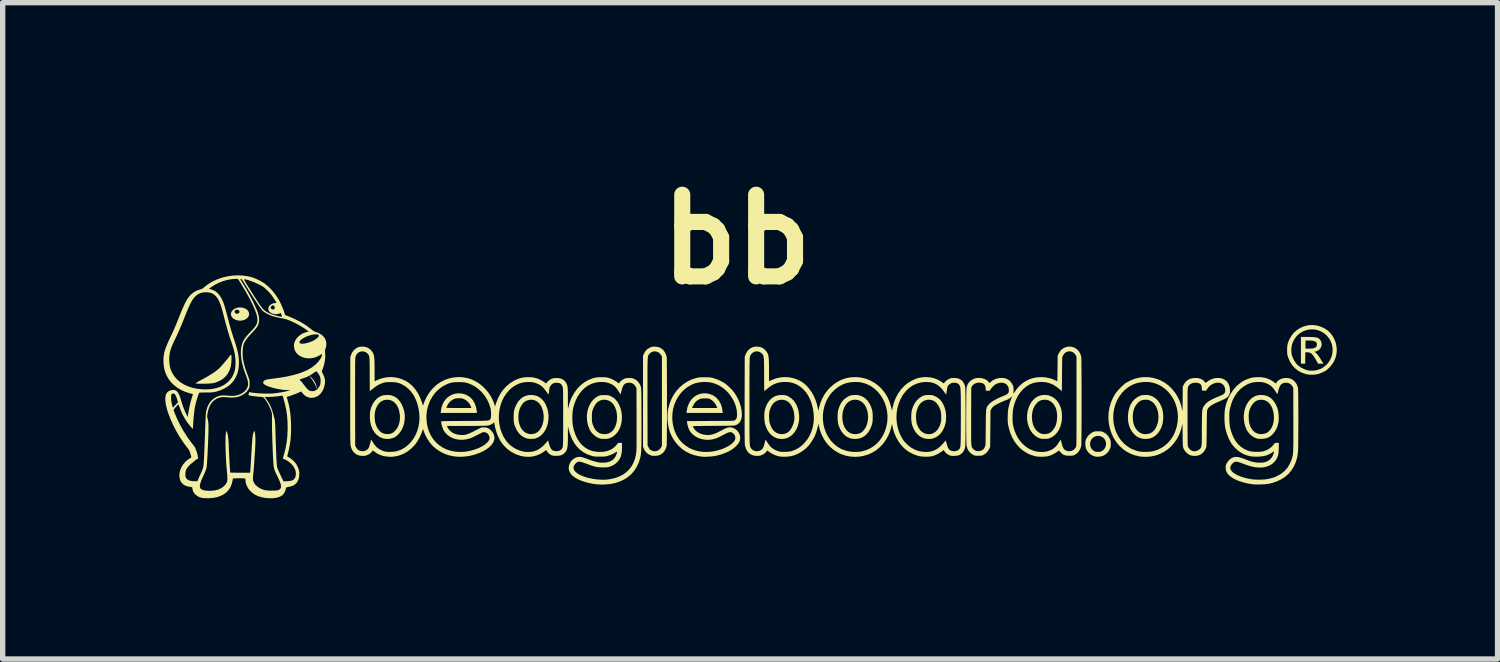
<source format=kicad_pcb>
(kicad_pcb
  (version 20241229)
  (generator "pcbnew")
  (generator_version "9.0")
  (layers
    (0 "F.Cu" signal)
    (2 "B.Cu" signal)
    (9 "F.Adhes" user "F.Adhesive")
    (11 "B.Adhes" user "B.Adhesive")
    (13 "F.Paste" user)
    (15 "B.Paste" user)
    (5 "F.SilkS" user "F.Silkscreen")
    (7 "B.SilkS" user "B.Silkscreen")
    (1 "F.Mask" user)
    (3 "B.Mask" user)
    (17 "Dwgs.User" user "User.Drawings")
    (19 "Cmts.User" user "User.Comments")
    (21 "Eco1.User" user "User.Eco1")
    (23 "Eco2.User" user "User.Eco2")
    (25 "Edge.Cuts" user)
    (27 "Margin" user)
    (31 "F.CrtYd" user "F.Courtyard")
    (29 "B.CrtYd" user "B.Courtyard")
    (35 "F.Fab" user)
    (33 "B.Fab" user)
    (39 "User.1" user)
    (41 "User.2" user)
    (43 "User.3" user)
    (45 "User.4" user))
  (footprint "bb"
    (layer "F.Cu")
    (at 10.947 4.168)
    (property "Reference" "bb" (at -0.25 -2.75 0) (layer "F.SilkS") (effects (font (size 1.524 1.524) (thickness 0.3))))
    (attr through_hole)
    (fp_poly (pts (xy -8.212 -0.197) (xy -8.199 -0.185) (xy -8.183 -0.169) (xy -8.173 -0.159) (xy -8.133 -0.108) (xy -8.105 -0.054) (xy -8.09 -0.008) (xy -8.086 0.01) (xy -8.085 0.024) (xy -8.085 0.033) (xy -8.087 0.035) (xy -8.09 0.027) (xy -8.092 0.021) (xy -8.102 -0.009) (xy -8.119 -0.045) (xy -8.141 -0.083) (xy -8.165 -0.122) (xy -8.181 -0.144) (xy -8.197 -0.166) (xy -8.21 -0.184) (xy -8.217 -0.196) (xy -8.218 -0.201)) (stroke (width 0) (type solid)) (fill yes) (layer "F.SilkS"))
    (fp_poly (pts (xy -9.497 -1.481) (xy -9.45 -1.471) (xy -9.422 -1.46) (xy -9.388 -1.439) (xy -9.365 -1.414) (xy -9.352 -1.383) (xy -9.35 -1.368) (xy -9.35 -1.339) (xy -9.358 -1.314) (xy -9.376 -1.29) (xy -9.39 -1.277) (xy -9.424 -1.255) (xy -9.465 -1.24) (xy -9.51 -1.234) (xy -9.555 -1.237) (xy -9.6 -1.249) (xy -9.601 -1.25) (xy -9.637 -1.269) (xy -9.664 -1.294) (xy -9.681 -1.322) (xy -9.688 -1.352) (xy -9.685 -1.382) (xy -9.671 -1.41) (xy -9.619 -1.41) (xy -9.618 -1.393) (xy -9.617 -1.389) (xy -9.603 -1.372) (xy -9.583 -1.364) (xy -9.559 -1.366) (xy -9.553 -1.368) (xy -9.536 -1.38) (xy -9.528 -1.396) (xy -9.53 -1.413) (xy -9.541 -1.428) (xy -9.554 -1.436) (xy -9.575 -1.44) (xy -9.595 -1.435) (xy -9.61 -1.425) (xy -9.619 -1.41) (xy -9.671 -1.41) (xy -9.67 -1.412) (xy -9.66 -1.424) (xy -9.627 -1.452) (xy -9.587 -1.471) (xy -9.543 -1.481)) (stroke (width 0) (type solid)) (fill yes) (layer "F.SilkS"))
    (fp_poly (pts (xy -0.795 0.125) (xy -0.736 0.14) (xy -0.681 0.165) (xy -0.632 0.201) (xy -0.62 0.213) (xy -0.58 0.261) (xy -0.549 0.316) (xy -0.527 0.38) (xy -0.514 0.449) (xy -0.51 0.487) (xy -1.186 0.487) (xy -1.183 0.455) (xy -1.171 0.395) (xy -1.082 0.395) (xy -0.614 0.395) (xy -0.618 0.382) (xy -0.636 0.34) (xy -0.662 0.3) (xy -0.695 0.265) (xy -0.731 0.239) (xy -0.741 0.233) (xy -0.757 0.225) (xy -0.772 0.22) (xy -0.788 0.218) (xy -0.809 0.216) (xy -0.838 0.216) (xy -0.845 0.216) (xy -0.877 0.216) (xy -0.899 0.217) (xy -0.916 0.22) (xy -0.93 0.224) (xy -0.946 0.231) (xy -0.952 0.234) (xy -0.996 0.262) (xy -1.032 0.3) (xy -1.062 0.347) (xy -1.077 0.381) (xy -1.082 0.395) (xy -1.171 0.395) (xy -1.17 0.386) (xy -1.148 0.324) (xy -1.118 0.268) (xy -1.08 0.22) (xy -1.036 0.181) (xy -0.986 0.151) (xy -0.93 0.131) (xy -0.92 0.128) (xy -0.856 0.121)) (stroke (width 0) (type solid)) (fill yes) (layer "F.SilkS"))
    (fp_poly (pts (xy -9.681 -0.593) (xy -9.678 -0.578) (xy -9.677 -0.553) (xy -9.677 -0.517) (xy -9.677 -0.512) (xy -9.682 -0.434) (xy -9.695 -0.363) (xy -9.718 -0.299) (xy -9.75 -0.24) (xy -9.762 -0.224) (xy -9.799 -0.181) (xy -9.842 -0.145) (xy -9.894 -0.114) (xy -9.905 -0.109) (xy -9.941 -0.093) (xy -9.973 -0.08) (xy -10.006 -0.071) (xy -10.042 -0.065) (xy -10.082 -0.061) (xy -10.131 -0.059) (xy -10.17 -0.058) (xy -10.208 -0.057) (xy -10.244 -0.057) (xy -10.275 -0.057) (xy -10.299 -0.058) (xy -10.313 -0.059) (xy -10.313 -0.059) (xy -10.331 -0.061) (xy -10.344 -0.064) (xy -10.346 -0.064) (xy -10.344 -0.068) (xy -10.332 -0.076) (xy -10.312 -0.089) (xy -10.286 -0.104) (xy -10.254 -0.121) (xy -10.253 -0.122) (xy -10.177 -0.163) (xy -10.111 -0.201) (xy -10.055 -0.235) (xy -10.006 -0.267) (xy -9.964 -0.297) (xy -9.928 -0.326) (xy -9.897 -0.355) (xy -9.883 -0.37) (xy -9.851 -0.405) (xy -9.815 -0.446) (xy -9.778 -0.49) (xy -9.741 -0.535) (xy -9.718 -0.564) (xy -9.704 -0.583) (xy -9.693 -0.594) (xy -9.685 -0.598)) (stroke (width 0) (type solid)) (fill yes) (layer "F.SilkS"))
    (fp_poly (pts (xy -5.372 0.127) (xy -5.312 0.144) (xy -5.259 0.17) (xy -5.212 0.206) (xy -5.172 0.251) (xy -5.141 0.305) (xy -5.118 0.367) (xy -5.114 0.383) (xy -5.108 0.41) (xy -5.103 0.438) (xy -5.1 0.455) (xy -5.097 0.487) (xy -5.773 0.487) (xy -5.769 0.446) (xy -5.759 0.392) (xy -5.669 0.392) (xy -5.663 0.392) (xy -5.646 0.393) (xy -5.62 0.394) (xy -5.585 0.394) (xy -5.544 0.395) (xy -5.497 0.395) (xy -5.446 0.395) (xy -5.435 0.395) (xy -5.201 0.395) (xy -5.213 0.363) (xy -5.238 0.314) (xy -5.272 0.274) (xy -5.313 0.243) (xy -5.351 0.225) (xy -5.371 0.218) (xy -5.391 0.215) (xy -5.414 0.213) (xy -5.444 0.214) (xy -5.473 0.215) (xy -5.495 0.218) (xy -5.514 0.223) (xy -5.533 0.232) (xy -5.542 0.236) (xy -5.584 0.263) (xy -5.619 0.298) (xy -5.648 0.344) (xy -5.651 0.35) (xy -5.66 0.37) (xy -5.666 0.384) (xy -5.669 0.392) (xy -5.669 0.392) (xy -5.759 0.392) (xy -5.757 0.379) (xy -5.735 0.319) (xy -5.705 0.265) (xy -5.667 0.218) (xy -5.622 0.18) (xy -5.572 0.151) (xy -5.516 0.131) (xy -5.455 0.122) (xy -5.437 0.122)) (stroke (width 0) (type solid)) (fill yes) (layer "F.SilkS"))
    (fp_poly (pts (xy 10.402 -0.931) (xy 10.46 -0.93) (xy 10.507 -0.928) (xy 10.544 -0.924) (xy 10.574 -0.918) (xy 10.598 -0.91) (xy 10.617 -0.898) (xy 10.632 -0.883) (xy 10.646 -0.864) (xy 10.649 -0.859) (xy 10.663 -0.823) (xy 10.666 -0.787) (xy 10.659 -0.751) (xy 10.642 -0.717) (xy 10.615 -0.689) (xy 10.603 -0.681) (xy 10.582 -0.669) (xy 10.56 -0.661) (xy 10.551 -0.659) (xy 10.528 -0.655) (xy 10.548 -0.641) (xy 10.57 -0.623) (xy 10.595 -0.592) (xy 10.625 -0.551) (xy 10.65 -0.511) (xy 10.665 -0.487) (xy 10.678 -0.466) (xy 10.688 -0.451) (xy 10.691 -0.446) (xy 10.7 -0.432) (xy 10.649 -0.432) (xy 10.599 -0.432) (xy 10.56 -0.501) (xy 10.533 -0.547) (xy 10.508 -0.584) (xy 10.485 -0.61) (xy 10.462 -0.629) (xy 10.438 -0.639) (xy 10.411 -0.644) (xy 10.389 -0.644) (xy 10.361 -0.642) (xy 10.358 -0.432) (xy 10.279 -0.432) (xy 10.279 -0.864) (xy 10.364 -0.864) (xy 10.364 -0.712) (xy 10.427 -0.712) (xy 10.465 -0.713) (xy 10.498 -0.716) (xy 10.521 -0.721) (xy 10.55 -0.733) (xy 10.568 -0.751) (xy 10.576 -0.775) (xy 10.577 -0.788) (xy 10.574 -0.813) (xy 10.564 -0.832) (xy 10.545 -0.846) (xy 10.518 -0.856) (xy 10.481 -0.862) (xy 10.433 -0.864) (xy 10.425 -0.864) (xy 10.364 -0.864) (xy 10.279 -0.864) (xy 10.279 -0.931)) (stroke (width 0) (type solid)) (fill yes) (layer "F.SilkS"))
    (fp_poly (pts (xy 6.523 0.831) (xy 6.545 0.832) (xy 6.562 0.834) (xy 6.577 0.839) (xy 6.594 0.847) (xy 6.596 0.848) (xy 6.64 0.876) (xy 6.677 0.913) (xy 6.706 0.957) (xy 6.711 0.966) (xy 6.72 0.986) (xy 6.726 1.003) (xy 6.729 1.02) (xy 6.73 1.042) (xy 6.73 1.068) (xy 6.73 1.097) (xy 6.728 1.117) (xy 6.725 1.134) (xy 6.719 1.15) (xy 6.71 1.169) (xy 6.686 1.208) (xy 6.655 1.243) (xy 6.619 1.271) (xy 6.583 1.289) (xy 6.542 1.3) (xy 6.499 1.305) (xy 6.456 1.304) (xy 6.43 1.299) (xy 6.384 1.281) (xy 6.344 1.254) (xy 6.314 1.225) (xy 6.288 1.191) (xy 6.27 1.157) (xy 6.26 1.118) (xy 6.256 1.076) (xy 6.344 1.076) (xy 6.351 1.115) (xy 6.367 1.15) (xy 6.392 1.179) (xy 6.425 1.202) (xy 6.44 1.208) (xy 6.47 1.214) (xy 6.504 1.215) (xy 6.536 1.211) (xy 6.545 1.208) (xy 6.58 1.19) (xy 6.608 1.163) (xy 6.628 1.13) (xy 6.64 1.094) (xy 6.643 1.056) (xy 6.636 1.018) (xy 6.619 0.982) (xy 6.608 0.968) (xy 6.578 0.941) (xy 6.543 0.923) (xy 6.506 0.916) (xy 6.468 0.917) (xy 6.432 0.929) (xy 6.399 0.949) (xy 6.372 0.978) (xy 6.361 0.997) (xy 6.347 1.037) (xy 6.344 1.076) (xy 6.256 1.076) (xy 6.256 1.072) (xy 6.256 1.064) (xy 6.256 1.036) (xy 6.258 1.015) (xy 6.262 0.998) (xy 6.269 0.979) (xy 6.275 0.966) (xy 6.304 0.919) (xy 6.341 0.881) (xy 6.388 0.85) (xy 6.405 0.841) (xy 6.42 0.836) (xy 6.435 0.832) (xy 6.454 0.831) (xy 6.48 0.83) (xy 6.493 0.83)) (stroke (width 0) (type solid)) (fill yes) (layer "F.SilkS"))
    (fp_poly (pts (xy 9.601 0.158) (xy 9.655 0.174) (xy 9.705 0.201) (xy 9.748 0.239) (xy 9.786 0.288) (xy 9.814 0.337) (xy 9.833 0.38) (xy 9.847 0.42) (xy 9.856 0.461) (xy 9.861 0.507) (xy 9.864 0.548) (xy 9.865 0.589) (xy 9.864 0.623) (xy 9.861 0.653) (xy 9.857 0.676) (xy 9.839 0.742) (xy 9.812 0.802) (xy 9.778 0.855) (xy 9.738 0.899) (xy 9.692 0.934) (xy 9.648 0.955) (xy 9.62 0.963) (xy 9.584 0.968) (xy 9.546 0.971) (xy 9.508 0.971) (xy 9.475 0.968) (xy 9.458 0.965) (xy 9.405 0.943) (xy 9.356 0.911) (xy 9.313 0.871) (xy 9.278 0.823) (xy 9.268 0.806) (xy 9.24 0.74) (xy 9.222 0.67) (xy 9.213 0.598) (xy 9.213 0.566) (xy 9.304 0.566) (xy 9.308 0.634) (xy 9.319 0.695) (xy 9.338 0.747) (xy 9.366 0.794) (xy 9.389 0.822) (xy 9.426 0.853) (xy 9.469 0.873) (xy 9.515 0.883) (xy 9.565 0.882) (xy 9.616 0.87) (xy 9.622 0.868) (xy 9.654 0.851) (xy 9.685 0.825) (xy 9.713 0.793) (xy 9.733 0.762) (xy 9.755 0.71) (xy 9.769 0.651) (xy 9.775 0.588) (xy 9.773 0.523) (xy 9.763 0.46) (xy 9.745 0.401) (xy 9.728 0.364) (xy 9.698 0.318) (xy 9.663 0.283) (xy 9.622 0.258) (xy 9.575 0.244) (xy 9.534 0.241) (xy 9.486 0.247) (xy 9.443 0.264) (xy 9.404 0.293) (xy 9.37 0.332) (xy 9.347 0.369) (xy 9.329 0.408) (xy 9.316 0.445) (xy 9.308 0.484) (xy 9.304 0.528) (xy 9.304 0.566) (xy 9.213 0.566) (xy 9.213 0.527) (xy 9.222 0.457) (xy 9.241 0.39) (xy 9.268 0.327) (xy 9.304 0.271) (xy 9.327 0.245) (xy 9.369 0.206) (xy 9.415 0.178) (xy 9.464 0.16) (xy 9.519 0.153) (xy 9.541 0.152)) (stroke (width 0) (type solid)) (fill yes) (layer "F.SilkS"))
    (fp_poly (pts (xy -4.024 0.158) (xy -3.969 0.174) (xy -3.92 0.202) (xy -3.876 0.24) (xy -3.838 0.288) (xy -3.811 0.337) (xy -3.785 0.401) (xy -3.769 0.467) (xy -3.761 0.535) (xy -3.762 0.602) (xy -3.771 0.668) (xy -3.787 0.73) (xy -3.811 0.788) (xy -3.842 0.841) (xy -3.879 0.887) (xy -3.923 0.924) (xy -3.963 0.947) (xy -3.986 0.957) (xy -4.005 0.964) (xy -4.024 0.968) (xy -4.047 0.97) (xy -4.071 0.971) (xy -4.117 0.971) (xy -4.152 0.967) (xy -4.166 0.964) (xy -4.22 0.943) (xy -4.269 0.911) (xy -4.312 0.869) (xy -4.349 0.818) (xy -4.379 0.758) (xy -4.399 0.702) (xy -4.404 0.68) (xy -4.408 0.658) (xy -4.411 0.634) (xy -4.412 0.605) (xy -4.412 0.577) (xy -4.324 0.577) (xy -4.319 0.638) (xy -4.306 0.696) (xy -4.285 0.75) (xy -4.256 0.797) (xy -4.243 0.813) (xy -4.206 0.846) (xy -4.163 0.869) (xy -4.117 0.881) (xy -4.07 0.883) (xy -4.023 0.874) (xy -3.992 0.862) (xy -3.955 0.836) (xy -3.922 0.801) (xy -3.895 0.757) (xy -3.874 0.707) (xy -3.859 0.651) (xy -3.852 0.591) (xy -3.852 0.538) (xy -3.86 0.472) (xy -3.877 0.411) (xy -3.9 0.358) (xy -3.931 0.313) (xy -3.951 0.292) (xy -3.99 0.265) (xy -4.033 0.247) (xy -4.078 0.24) (xy -4.124 0.244) (xy -4.168 0.257) (xy -4.209 0.28) (xy -4.237 0.305) (xy -4.269 0.349) (xy -4.295 0.4) (xy -4.312 0.456) (xy -4.322 0.516) (xy -4.324 0.577) (xy -4.412 0.577) (xy -4.412 0.567) (xy -4.412 0.566) (xy -4.411 0.515) (xy -4.408 0.473) (xy -4.401 0.436) (xy -4.391 0.4) (xy -4.375 0.362) (xy -4.363 0.336) (xy -4.33 0.279) (xy -4.291 0.233) (xy -4.246 0.197) (xy -4.195 0.171) (xy -4.138 0.156) (xy -4.083 0.152)) (stroke (width 0) (type solid)) (fill yes) (layer "F.SilkS"))
    (fp_poly (pts (xy 0.636 0.155) (xy 0.658 0.158) (xy 0.676 0.162) (xy 0.694 0.169) (xy 0.713 0.178) (xy 0.765 0.211) (xy 0.81 0.253) (xy 0.847 0.305) (xy 0.869 0.346) (xy 0.894 0.411) (xy 0.909 0.478) (xy 0.916 0.545) (xy 0.915 0.612) (xy 0.905 0.676) (xy 0.888 0.737) (xy 0.864 0.794) (xy 0.832 0.845) (xy 0.794 0.889) (xy 0.75 0.925) (xy 0.701 0.952) (xy 0.676 0.961) (xy 0.626 0.971) (xy 0.573 0.973) (xy 0.521 0.966) (xy 0.497 0.959) (xy 0.444 0.934) (xy 0.396 0.899) (xy 0.355 0.855) (xy 0.32 0.801) (xy 0.293 0.738) (xy 0.278 0.689) (xy 0.27 0.644) (xy 0.266 0.593) (xy 0.265 0.542) (xy 0.354 0.542) (xy 0.355 0.588) (xy 0.359 0.634) (xy 0.366 0.673) (xy 0.367 0.678) (xy 0.388 0.737) (xy 0.415 0.787) (xy 0.448 0.827) (xy 0.487 0.856) (xy 0.53 0.875) (xy 0.578 0.883) (xy 0.629 0.88) (xy 0.651 0.875) (xy 0.69 0.86) (xy 0.725 0.833) (xy 0.757 0.796) (xy 0.784 0.75) (xy 0.806 0.696) (xy 0.819 0.651) (xy 0.826 0.605) (xy 0.827 0.553) (xy 0.822 0.499) (xy 0.812 0.448) (xy 0.805 0.425) (xy 0.78 0.367) (xy 0.751 0.32) (xy 0.716 0.284) (xy 0.675 0.259) (xy 0.63 0.245) (xy 0.59 0.241) (xy 0.539 0.247) (xy 0.493 0.264) (xy 0.452 0.291) (xy 0.418 0.328) (xy 0.39 0.375) (xy 0.369 0.431) (xy 0.361 0.461) (xy 0.356 0.498) (xy 0.354 0.542) (xy 0.265 0.542) (xy 0.265 0.539) (xy 0.267 0.486) (xy 0.274 0.439) (xy 0.279 0.418) (xy 0.296 0.368) (xy 0.319 0.319) (xy 0.347 0.275) (xy 0.372 0.244) (xy 0.415 0.206) (xy 0.458 0.179) (xy 0.505 0.162) (xy 0.557 0.154) (xy 0.606 0.153)) (stroke (width 0) (type solid)) (fill yes) (layer "F.SilkS"))
    (fp_poly (pts (xy 5.533 0.154) (xy 5.572 0.16) (xy 5.578 0.162) (xy 5.634 0.185) (xy 5.684 0.218) (xy 5.727 0.26) (xy 5.763 0.312) (xy 5.791 0.373) (xy 5.803 0.408) (xy 5.813 0.455) (xy 5.819 0.509) (xy 5.82 0.567) (xy 5.817 0.623) (xy 5.809 0.672) (xy 5.79 0.741) (xy 5.763 0.803) (xy 5.728 0.856) (xy 5.687 0.901) (xy 5.639 0.935) (xy 5.622 0.944) (xy 5.598 0.955) (xy 5.579 0.963) (xy 5.562 0.967) (xy 5.541 0.97) (xy 5.513 0.971) (xy 5.509 0.971) (xy 5.465 0.971) (xy 5.43 0.968) (xy 5.413 0.964) (xy 5.365 0.944) (xy 5.319 0.914) (xy 5.277 0.874) (xy 5.24 0.826) (xy 5.219 0.789) (xy 5.194 0.726) (xy 5.177 0.661) (xy 5.169 0.595) (xy 5.169 0.563) (xy 5.259 0.563) (xy 5.264 0.634) (xy 5.278 0.698) (xy 5.301 0.755) (xy 5.334 0.804) (xy 5.347 0.818) (xy 5.386 0.851) (xy 5.428 0.873) (xy 5.473 0.883) (xy 5.522 0.882) (xy 5.568 0.871) (xy 5.59 0.862) (xy 5.612 0.847) (xy 5.636 0.825) (xy 5.672 0.78) (xy 5.7 0.729) (xy 5.718 0.67) (xy 5.728 0.603) (xy 5.73 0.553) (xy 5.726 0.486) (xy 5.714 0.425) (xy 5.694 0.372) (xy 5.666 0.326) (xy 5.631 0.289) (xy 5.59 0.262) (xy 5.582 0.258) (xy 5.559 0.249) (xy 5.537 0.244) (xy 5.511 0.241) (xy 5.495 0.241) (xy 5.451 0.245) (xy 5.412 0.257) (xy 5.377 0.279) (xy 5.347 0.308) (xy 5.31 0.357) (xy 5.283 0.413) (xy 5.266 0.477) (xy 5.259 0.547) (xy 5.259 0.563) (xy 5.169 0.563) (xy 5.169 0.529) (xy 5.177 0.464) (xy 5.193 0.403) (xy 5.216 0.345) (xy 5.245 0.292) (xy 5.281 0.246) (xy 5.323 0.208) (xy 5.37 0.179) (xy 5.408 0.164) (xy 5.446 0.156) (xy 5.489 0.152)) (stroke (width 0) (type solid)) (fill yes) (layer "F.SilkS"))
    (fp_poly (pts (xy -6.754 0.153) (xy -6.724 0.155) (xy -6.702 0.158) (xy -6.684 0.162) (xy -6.666 0.169) (xy -6.647 0.178) (xy -6.623 0.191) (xy -6.601 0.205) (xy -6.585 0.217) (xy -6.583 0.218) (xy -6.538 0.268) (xy -6.502 0.325) (xy -6.474 0.388) (xy -6.454 0.455) (xy -6.444 0.526) (xy -6.444 0.598) (xy -6.453 0.669) (xy -6.472 0.739) (xy -6.475 0.746) (xy -6.499 0.798) (xy -6.531 0.848) (xy -6.567 0.891) (xy -6.607 0.925) (xy -6.622 0.935) (xy -6.667 0.956) (xy -6.718 0.969) (xy -6.772 0.973) (xy -6.825 0.968) (xy -6.862 0.959) (xy -6.916 0.934) (xy -6.964 0.899) (xy -7.005 0.855) (xy -7.04 0.801) (xy -7.067 0.738) (xy -7.081 0.69) (xy -7.089 0.644) (xy -7.094 0.592) (xy -7.095 0.542) (xy -7.006 0.542) (xy -7.005 0.588) (xy -7.001 0.634) (xy -6.994 0.673) (xy -6.992 0.678) (xy -6.972 0.737) (xy -6.944 0.787) (xy -6.911 0.827) (xy -6.873 0.856) (xy -6.83 0.875) (xy -6.782 0.883) (xy -6.73 0.88) (xy -6.708 0.875) (xy -6.675 0.862) (xy -6.642 0.838) (xy -6.612 0.807) (xy -6.585 0.77) (xy -6.565 0.73) (xy -6.563 0.725) (xy -6.547 0.678) (xy -6.538 0.634) (xy -6.534 0.59) (xy -6.534 0.544) (xy -6.542 0.479) (xy -6.557 0.419) (xy -6.579 0.366) (xy -6.609 0.321) (xy -6.644 0.285) (xy -6.685 0.259) (xy -6.688 0.258) (xy -6.731 0.244) (xy -6.777 0.241) (xy -6.825 0.247) (xy -6.85 0.255) (xy -6.89 0.277) (xy -6.925 0.309) (xy -6.955 0.35) (xy -6.98 0.4) (xy -6.997 0.456) (xy -6.998 0.461) (xy -7.004 0.498) (xy -7.006 0.542) (xy -7.095 0.542) (xy -7.095 0.538) (xy -7.092 0.485) (xy -7.086 0.437) (xy -7.081 0.418) (xy -7.06 0.358) (xy -7.031 0.303) (xy -6.996 0.254) (xy -6.956 0.214) (xy -6.928 0.194) (xy -6.885 0.171) (xy -6.838 0.158) (xy -6.784 0.153)) (stroke (width 0) (type solid)) (fill yes) (layer "F.SilkS"))
    (fp_poly (pts (xy 7.42 0.153) (xy 7.441 0.156) (xy 7.464 0.162) (xy 7.468 0.163) (xy 7.522 0.186) (xy 7.57 0.219) (xy 7.613 0.262) (xy 7.649 0.314) (xy 7.678 0.375) (xy 7.695 0.429) (xy 7.703 0.471) (xy 7.708 0.521) (xy 7.709 0.574) (xy 7.706 0.626) (xy 7.7 0.673) (xy 7.695 0.696) (xy 7.673 0.763) (xy 7.642 0.822) (xy 7.605 0.872) (xy 7.562 0.913) (xy 7.514 0.944) (xy 7.46 0.964) (xy 7.46 0.964) (xy 7.422 0.97) (xy 7.38 0.973) (xy 7.338 0.971) (xy 7.302 0.964) (xy 7.293 0.962) (xy 7.25 0.945) (xy 7.214 0.925) (xy 7.181 0.898) (xy 7.168 0.886) (xy 7.125 0.834) (xy 7.092 0.775) (xy 7.068 0.709) (xy 7.054 0.637) (xy 7.051 0.567) (xy 7.141 0.567) (xy 7.146 0.638) (xy 7.16 0.702) (xy 7.183 0.758) (xy 7.217 0.807) (xy 7.224 0.815) (xy 7.261 0.848) (xy 7.304 0.871) (xy 7.351 0.882) (xy 7.4 0.883) (xy 7.452 0.872) (xy 7.463 0.868) (xy 7.501 0.848) (xy 7.536 0.817) (xy 7.565 0.778) (xy 7.588 0.731) (xy 7.606 0.679) (xy 7.617 0.623) (xy 7.621 0.564) (xy 7.617 0.503) (xy 7.612 0.47) (xy 7.595 0.409) (xy 7.57 0.357) (xy 7.539 0.313) (xy 7.502 0.279) (xy 7.472 0.261) (xy 7.449 0.25) (xy 7.428 0.244) (xy 7.405 0.242) (xy 7.386 0.241) (xy 7.342 0.243) (xy 7.306 0.252) (xy 7.274 0.268) (xy 7.243 0.292) (xy 7.234 0.301) (xy 7.198 0.345) (xy 7.17 0.396) (xy 7.152 0.454) (xy 7.142 0.52) (xy 7.141 0.567) (xy 7.051 0.567) (xy 7.05 0.559) (xy 7.051 0.534) (xy 7.06 0.459) (xy 7.077 0.39) (xy 7.102 0.329) (xy 7.136 0.275) (xy 7.177 0.23) (xy 7.225 0.194) (xy 7.248 0.182) (xy 7.272 0.17) (xy 7.291 0.162) (xy 7.309 0.158) (xy 7.331 0.155) (xy 7.36 0.153) (xy 7.362 0.153) (xy 7.395 0.152)) (stroke (width 0) (type solid)) (fill yes) (layer "F.SilkS"))
    (fp_poly (pts (xy 2.001 0.153) (xy 2.023 0.157) (xy 2.046 0.163) (xy 2.048 0.163) (xy 2.103 0.186) (xy 2.151 0.217) (xy 2.192 0.259) (xy 2.227 0.311) (xy 2.238 0.331) (xy 2.26 0.378) (xy 2.274 0.423) (xy 2.284 0.47) (xy 2.288 0.523) (xy 2.289 0.56) (xy 2.288 0.613) (xy 2.284 0.659) (xy 2.275 0.7) (xy 2.261 0.742) (xy 2.242 0.787) (xy 2.24 0.79) (xy 2.208 0.845) (xy 2.168 0.892) (xy 2.122 0.928) (xy 2.07 0.954) (xy 2.04 0.964) (xy 2.003 0.97) (xy 1.961 0.973) (xy 1.919 0.971) (xy 1.882 0.964) (xy 1.873 0.962) (xy 1.832 0.946) (xy 1.797 0.926) (xy 1.764 0.901) (xy 1.746 0.883) (xy 1.708 0.837) (xy 1.678 0.784) (xy 1.653 0.722) (xy 1.647 0.703) (xy 1.64 0.667) (xy 1.635 0.624) (xy 1.633 0.577) (xy 1.633 0.562) (xy 1.721 0.562) (xy 1.726 0.633) (xy 1.739 0.697) (xy 1.761 0.753) (xy 1.793 0.801) (xy 1.804 0.815) (xy 1.842 0.848) (xy 1.885 0.871) (xy 1.932 0.882) (xy 1.984 0.883) (xy 2.026 0.875) (xy 2.065 0.859) (xy 2.101 0.833) (xy 2.132 0.797) (xy 2.159 0.754) (xy 2.18 0.703) (xy 2.194 0.647) (xy 2.201 0.587) (xy 2.202 0.563) (xy 2.197 0.497) (xy 2.185 0.437) (xy 2.165 0.384) (xy 2.138 0.337) (xy 2.105 0.298) (xy 2.066 0.269) (xy 2.022 0.249) (xy 1.995 0.243) (xy 1.945 0.24) (xy 1.898 0.249) (xy 1.856 0.268) (xy 1.818 0.296) (xy 1.785 0.334) (xy 1.759 0.379) (xy 1.739 0.432) (xy 1.726 0.491) (xy 1.721 0.556) (xy 1.721 0.562) (xy 1.633 0.562) (xy 1.633 0.529) (xy 1.636 0.484) (xy 1.641 0.445) (xy 1.645 0.432) (xy 1.668 0.363) (xy 1.698 0.303) (xy 1.734 0.254) (xy 1.777 0.214) (xy 1.828 0.182) (xy 1.836 0.178) (xy 1.859 0.167) (xy 1.877 0.161) (xy 1.897 0.157) (xy 1.921 0.154) (xy 1.943 0.153) (xy 1.976 0.152)) (stroke (width 0) (type solid)) (fill yes) (layer "F.SilkS"))
    (fp_poly (pts (xy 3.376 0.153) (xy 3.396 0.156) (xy 3.416 0.161) (xy 3.423 0.164) (xy 3.479 0.189) (xy 3.527 0.224) (xy 3.569 0.268) (xy 3.603 0.323) (xy 3.63 0.387) (xy 3.645 0.437) (xy 3.653 0.483) (xy 3.657 0.536) (xy 3.657 0.59) (xy 3.654 0.641) (xy 3.647 0.68) (xy 3.627 0.748) (xy 3.599 0.808) (xy 3.565 0.86) (xy 3.523 0.903) (xy 3.476 0.937) (xy 3.424 0.96) (xy 3.409 0.965) (xy 3.375 0.971) (xy 3.336 0.973) (xy 3.295 0.971) (xy 3.26 0.965) (xy 3.248 0.962) (xy 3.206 0.946) (xy 3.171 0.926) (xy 3.139 0.901) (xy 3.12 0.883) (xy 3.083 0.837) (xy 3.052 0.784) (xy 3.027 0.721) (xy 3.022 0.703) (xy 3.013 0.662) (xy 3.008 0.613) (xy 3.007 0.561) (xy 3.007 0.556) (xy 3.096 0.556) (xy 3.098 0.611) (xy 3.105 0.662) (xy 3.116 0.704) (xy 3.14 0.759) (xy 3.17 0.805) (xy 3.206 0.84) (xy 3.247 0.865) (xy 3.292 0.88) (xy 3.298 0.881) (xy 3.347 0.884) (xy 3.392 0.876) (xy 3.415 0.867) (xy 3.457 0.842) (xy 3.493 0.806) (xy 3.524 0.76) (xy 3.548 0.704) (xy 3.55 0.697) (xy 3.557 0.674) (xy 3.562 0.654) (xy 3.565 0.632) (xy 3.566 0.605) (xy 3.567 0.571) (xy 3.567 0.569) (xy 3.566 0.524) (xy 3.563 0.489) (xy 3.559 0.46) (xy 3.556 0.45) (xy 3.538 0.397) (xy 3.514 0.35) (xy 3.485 0.31) (xy 3.452 0.278) (xy 3.417 0.257) (xy 3.406 0.252) (xy 3.357 0.241) (xy 3.308 0.242) (xy 3.261 0.254) (xy 3.218 0.276) (xy 3.181 0.308) (xy 3.154 0.342) (xy 3.133 0.38) (xy 3.116 0.424) (xy 3.107 0.456) (xy 3.099 0.503) (xy 3.096 0.556) (xy 3.007 0.556) (xy 3.009 0.509) (xy 3.014 0.461) (xy 3.022 0.423) (xy 3.046 0.356) (xy 3.078 0.297) (xy 3.116 0.247) (xy 3.161 0.207) (xy 3.209 0.178) (xy 3.232 0.168) (xy 3.25 0.161) (xy 3.269 0.157) (xy 3.292 0.155) (xy 3.32 0.153) (xy 3.352 0.153)) (stroke (width 0) (type solid)) (fill yes) (layer "F.SilkS"))
    (fp_poly (pts (xy -2.687 0.155) (xy -2.664 0.156) (xy -2.646 0.158) (xy -2.632 0.162) (xy -2.616 0.168) (xy -2.601 0.175) (xy -2.557 0.199) (xy -2.521 0.227) (xy -2.489 0.263) (xy -2.475 0.281) (xy -2.441 0.34) (xy -2.416 0.406) (xy -2.399 0.476) (xy -2.392 0.548) (xy -2.394 0.621) (xy -2.405 0.693) (xy -2.426 0.761) (xy -2.442 0.797) (xy -2.473 0.846) (xy -2.511 0.889) (xy -2.554 0.925) (xy -2.602 0.952) (xy -2.646 0.967) (xy -2.671 0.97) (xy -2.702 0.972) (xy -2.737 0.972) (xy -2.769 0.97) (xy -2.793 0.967) (xy -2.794 0.967) (xy -2.84 0.95) (xy -2.885 0.923) (xy -2.927 0.888) (xy -2.964 0.847) (xy -2.992 0.802) (xy -2.994 0.797) (xy -3.02 0.731) (xy -3.037 0.663) (xy -3.045 0.594) (xy -3.045 0.566) (xy -2.952 0.566) (xy -2.952 0.602) (xy -2.951 0.63) (xy -2.949 0.651) (xy -2.946 0.67) (xy -2.94 0.689) (xy -2.936 0.703) (xy -2.913 0.759) (xy -2.884 0.805) (xy -2.849 0.841) (xy -2.809 0.866) (xy -2.763 0.88) (xy -2.753 0.881) (xy -2.699 0.883) (xy -2.652 0.875) (xy -2.622 0.862) (xy -2.592 0.843) (xy -2.565 0.82) (xy -2.555 0.809) (xy -2.525 0.762) (xy -2.503 0.708) (xy -2.488 0.648) (xy -2.482 0.585) (xy -2.484 0.521) (xy -2.494 0.458) (xy -2.513 0.398) (xy -2.527 0.365) (xy -2.555 0.322) (xy -2.589 0.288) (xy -2.628 0.262) (xy -2.671 0.247) (xy -2.716 0.24) (xy -2.761 0.244) (xy -2.804 0.258) (xy -2.845 0.284) (xy -2.851 0.288) (xy -2.874 0.313) (xy -2.897 0.346) (xy -2.918 0.384) (xy -2.935 0.424) (xy -2.936 0.428) (xy -2.943 0.449) (xy -2.947 0.467) (xy -2.95 0.486) (xy -2.952 0.508) (xy -2.952 0.537) (xy -2.952 0.566) (xy -3.045 0.566) (xy -3.045 0.526) (xy -3.036 0.46) (xy -3.019 0.396) (xy -2.994 0.337) (xy -2.963 0.284) (xy -2.924 0.238) (xy -2.878 0.199) (xy -2.842 0.178) (xy -2.822 0.168) (xy -2.807 0.162) (xy -2.792 0.158) (xy -2.776 0.156) (xy -2.754 0.155) (xy -2.723 0.155) (xy -2.719 0.155)) (stroke (width 0) (type solid)) (fill yes) (layer "F.SilkS"))
    (fp_poly (pts (xy 10.559 -1.146) (xy 10.626 -1.13) (xy 10.69 -1.105) (xy 10.749 -1.071) (xy 10.78 -1.049) (xy 10.829 -1.002) (xy 10.871 -0.947) (xy 10.904 -0.886) (xy 10.929 -0.82) (xy 10.943 -0.751) (xy 10.948 -0.681) (xy 10.942 -0.611) (xy 10.939 -0.596) (xy 10.921 -0.532) (xy 10.896 -0.474) (xy 10.862 -0.421) (xy 10.818 -0.368) (xy 10.808 -0.358) (xy 10.782 -0.333) (xy 10.761 -0.315) (xy 10.741 -0.3) (xy 10.716 -0.287) (xy 10.692 -0.275) (xy 10.661 -0.261) (xy 10.629 -0.248) (xy 10.6 -0.239) (xy 10.585 -0.235) (xy 10.54 -0.228) (xy 10.49 -0.225) (xy 10.439 -0.227) (xy 10.392 -0.233) (xy 10.371 -0.238) (xy 10.298 -0.263) (xy 10.232 -0.297) (xy 10.174 -0.341) (xy 10.124 -0.394) (xy 10.082 -0.456) (xy 10.049 -0.526) (xy 10.041 -0.547) (xy 10.033 -0.573) (xy 10.027 -0.593) (xy 10.024 -0.613) (xy 10.022 -0.635) (xy 10.021 -0.664) (xy 10.021 -0.684) (xy 10.1 -0.684) (xy 10.101 -0.651) (xy 10.103 -0.626) (xy 10.107 -0.604) (xy 10.113 -0.581) (xy 10.117 -0.569) (xy 10.146 -0.503) (xy 10.183 -0.444) (xy 10.197 -0.427) (xy 10.232 -0.393) (xy 10.276 -0.362) (xy 10.326 -0.336) (xy 10.377 -0.315) (xy 10.42 -0.304) (xy 10.453 -0.301) (xy 10.492 -0.301) (xy 10.533 -0.304) (xy 10.57 -0.309) (xy 10.589 -0.314) (xy 10.653 -0.338) (xy 10.708 -0.371) (xy 10.756 -0.411) (xy 10.796 -0.458) (xy 10.828 -0.51) (xy 10.851 -0.566) (xy 10.866 -0.624) (xy 10.871 -0.684) (xy 10.867 -0.744) (xy 10.853 -0.804) (xy 10.829 -0.862) (xy 10.795 -0.916) (xy 10.751 -0.966) (xy 10.749 -0.968) (xy 10.696 -1.01) (xy 10.638 -1.041) (xy 10.577 -1.062) (xy 10.513 -1.072) (xy 10.448 -1.071) (xy 10.383 -1.059) (xy 10.32 -1.035) (xy 10.286 -1.017) (xy 10.239 -0.984) (xy 10.197 -0.943) (xy 10.161 -0.896) (xy 10.147 -0.871) (xy 10.126 -0.829) (xy 10.113 -0.791) (xy 10.105 -0.754) (xy 10.101 -0.713) (xy 10.1 -0.684) (xy 10.021 -0.684) (xy 10.022 -0.733) (xy 10.026 -0.774) (xy 10.034 -0.81) (xy 10.047 -0.847) (xy 10.065 -0.888) (xy 10.067 -0.892) (xy 10.104 -0.956) (xy 10.15 -1.012) (xy 10.205 -1.06) (xy 10.266 -1.099) (xy 10.334 -1.128) (xy 10.409 -1.147) (xy 10.429 -1.15) (xy 10.493 -1.153)) (stroke (width 0) (type solid)) (fill yes) (layer "F.SilkS"))
    (fp_poly (pts (xy -1.73 -0.745) (xy -1.687 -0.733) (xy -1.648 -0.71) (xy -1.631 -0.696) (xy -1.602 -0.663) (xy -1.578 -0.622) (xy -1.561 -0.578) (xy -1.557 -0.56) (xy -1.556 -0.549) (xy -1.555 -0.526) (xy -1.554 -0.491) (xy -1.554 -0.444) (xy -1.553 -0.387) (xy -1.553 -0.319) (xy -1.552 -0.24) (xy -1.552 -0.151) (xy -1.551 -0.052) (xy -1.551 0.057) (xy -1.551 0.175) (xy -1.551 0.271) (xy -1.551 0.396) (xy -1.551 0.512) (xy -1.551 0.619) (xy -1.552 0.715) (xy -1.552 0.802) (xy -1.553 0.878) (xy -1.553 0.944) (xy -1.554 0.998) (xy -1.555 1.042) (xy -1.555 1.074) (xy -1.556 1.094) (xy -1.557 1.102) (xy -1.569 1.142) (xy -1.587 1.181) (xy -1.609 1.215) (xy -1.627 1.234) (xy -1.658 1.257) (xy -1.687 1.273) (xy -1.72 1.283) (xy -1.759 1.287) (xy -1.77 1.288) (xy -1.799 1.288) (xy -1.821 1.287) (xy -1.838 1.284) (xy -1.855 1.278) (xy -1.862 1.275) (xy -1.903 1.254) (xy -1.936 1.227) (xy -1.963 1.192) (xy -1.982 1.157) (xy -1.998 1.122) (xy -1.998 -0.141) (xy -1.915 -0.141) (xy -1.915 -0.057) (xy -1.915 0.037) (xy -1.915 0.142) (xy -1.915 0.258) (xy -1.915 0.286) (xy -1.913 1.092) (xy -1.899 1.122) (xy -1.885 1.149) (xy -1.87 1.168) (xy -1.853 1.181) (xy -1.846 1.185) (xy -1.81 1.199) (xy -1.776 1.203) (xy -1.743 1.198) (xy -1.711 1.184) (xy -1.682 1.161) (xy -1.66 1.131) (xy -1.659 1.129) (xy -1.645 1.104) (xy -1.645 -0.563) (xy -1.659 -0.588) (xy -1.682 -0.62) (xy -1.711 -0.643) (xy -1.744 -0.657) (xy -1.779 -0.662) (xy -1.814 -0.658) (xy -1.847 -0.643) (xy -1.876 -0.619) (xy -1.88 -0.614) (xy -1.885 -0.608) (xy -1.89 -0.602) (xy -1.894 -0.596) (xy -1.898 -0.589) (xy -1.901 -0.581) (xy -1.904 -0.571) (xy -1.906 -0.558) (xy -1.908 -0.541) (xy -1.91 -0.521) (xy -1.911 -0.496) (xy -1.912 -0.466) (xy -1.913 -0.43) (xy -1.914 -0.387) (xy -1.915 -0.338) (xy -1.915 -0.281) (xy -1.915 -0.215) (xy -1.915 -0.141) (xy -1.998 -0.141) (xy -1.998 -0.581) (xy -1.981 -0.617) (xy -1.959 -0.657) (xy -1.934 -0.688) (xy -1.904 -0.712) (xy -1.876 -0.728) (xy -1.852 -0.739) (xy -1.833 -0.746) (xy -1.814 -0.749) (xy -1.79 -0.75) (xy -1.781 -0.75)) (stroke (width 0) (type solid)) (fill yes) (layer "F.SilkS"))
    (fp_poly (pts (xy -0.808 -0.178) (xy -0.778 -0.177) (xy -0.753 -0.176) (xy -0.732 -0.173) (xy -0.711 -0.169) (xy -0.687 -0.163) (xy -0.686 -0.162) (xy -0.631 -0.145) (xy -0.574 -0.121) (xy -0.519 -0.094) (xy -0.474 -0.067) (xy -0.44 -0.041) (xy -0.402 -0.008) (xy -0.364 0.029) (xy -0.328 0.067) (xy -0.299 0.103) (xy -0.298 0.104) (xy -0.255 0.17) (xy -0.218 0.24) (xy -0.189 0.314) (xy -0.168 0.389) (xy -0.156 0.462) (xy -0.153 0.532) (xy -0.154 0.548) (xy -0.162 0.598) (xy -0.18 0.641) (xy -0.206 0.677) (xy -0.241 0.704) (xy -0.267 0.716) (xy -0.273 0.718) (xy -0.281 0.72) (xy -0.291 0.721) (xy -0.305 0.723) (xy -0.322 0.724) (xy -0.345 0.725) (xy -0.374 0.726) (xy -0.409 0.726) (xy -0.453 0.727) (xy -0.505 0.727) (xy -0.567 0.728) (xy -0.64 0.728) (xy -0.683 0.728) (xy -0.75 0.729) (xy -0.814 0.729) (xy -0.873 0.73) (xy -0.926 0.731) (xy -0.973 0.731) (xy -1.011 0.732) (xy -1.041 0.733) (xy -1.061 0.734) (xy -1.07 0.735) (xy -1.07 0.735) (xy -1.068 0.742) (xy -1.06 0.756) (xy -1.053 0.77) (xy -1.023 0.81) (xy -0.984 0.843) (xy -0.937 0.87) (xy -0.884 0.888) (xy -0.826 0.898) (xy -0.791 0.9) (xy -0.752 0.898) (xy -0.714 0.891) (xy -0.673 0.879) (xy -0.628 0.862) (xy -0.578 0.837) (xy -0.529 0.812) (xy -0.481 0.787) (xy -0.441 0.769) (xy -0.406 0.759) (xy -0.375 0.756) (xy -0.346 0.758) (xy -0.343 0.759) (xy -0.301 0.773) (xy -0.263 0.798) (xy -0.23 0.829) (xy -0.205 0.867) (xy -0.189 0.908) (xy -0.184 0.951) (xy -0.184 0.964) (xy -0.19 1) (xy -0.202 1.032) (xy -0.223 1.064) (xy -0.253 1.099) (xy -0.261 1.107) (xy -0.314 1.153) (xy -0.378 1.194) (xy -0.451 1.229) (xy -0.533 1.26) (xy -0.622 1.284) (xy -0.663 1.292) (xy -0.687 1.296) (xy -0.718 1.299) (xy -0.754 1.302) (xy -0.792 1.304) (xy -0.827 1.306) (xy -0.859 1.306) (xy -0.883 1.305) (xy -0.894 1.304) (xy -0.908 1.302) (xy -0.929 1.299) (xy -0.953 1.295) (xy -0.955 1.295) (xy -1.041 1.276) (xy -1.123 1.247) (xy -1.2 1.207) (xy -1.272 1.158) (xy -1.336 1.099) (xy -1.394 1.033) (xy -1.442 0.96) (xy -1.482 0.88) (xy -1.496 0.844) (xy -1.516 0.779) (xy -1.529 0.718) (xy -1.537 0.655) (xy -1.54 0.596) (xy -1.452 0.596) (xy -1.445 0.675) (xy -1.426 0.766) (xy -1.398 0.849) (xy -1.36 0.926) (xy -1.312 0.995) (xy -1.27 1.041) (xy -1.207 1.095) (xy -1.138 1.14) (xy -1.062 1.174) (xy -0.981 1.199) (xy -0.896 1.213) (xy -0.806 1.216) (xy -0.714 1.209) (xy -0.686 1.205) (xy -0.618 1.19) (xy -0.554 1.172) (xy -0.493 1.15) (xy -0.438 1.124) (xy -0.389 1.096) (xy -0.347 1.067) (xy -0.314 1.036) (xy -0.29 1.004) (xy -0.277 0.973) (xy -0.275 0.961) (xy -0.278 0.928) (xy -0.291 0.897) (xy -0.312 0.87) (xy -0.336 0.854) (xy -0.354 0.847) (xy -0.373 0.845) (xy -0.395 0.849) (xy -0.423 0.859) (xy -0.457 0.875) (xy -0.473 0.883) (xy -0.517 0.906) (xy -0.552 0.924) (xy -0.581 0.938) (xy -0.604 0.949) (xy -0.625 0.958) (xy -0.645 0.965) (xy -0.651 0.967) (xy -0.715 0.983) (xy -0.781 0.99) (xy -0.846 0.986) (xy -0.91 0.974) (xy -0.97 0.953) (xy -1.024 0.924) (xy -1.072 0.887) (xy -1.111 0.844) (xy -1.136 0.803) (xy -1.155 0.758) (xy -1.169 0.705) (xy -1.171 0.69) (xy -1.175 0.668) (xy -1.178 0.65) (xy -1.18 0.641) (xy -1.18 0.64) (xy -1.174 0.64) (xy -1.157 0.64) (xy -1.13 0.639) (xy -1.093 0.639) (xy -1.048 0.639) (xy -0.995 0.639) (xy -0.937 0.638) (xy -0.872 0.638) (xy -0.804 0.638) (xy -0.739 0.637) (xy -0.656 0.637) (xy -0.583 0.637) (xy -0.521 0.636) (xy -0.469 0.636) (xy -0.425 0.636) (xy -0.389 0.635) (xy -0.361 0.634) (xy -0.338 0.634) (xy -0.321 0.633) (xy -0.308 0.631) (xy -0.299 0.63) (xy -0.292 0.628) (xy -0.287 0.627) (xy -0.284 0.624) (xy -0.282 0.623) (xy -0.264 0.606) (xy -0.252 0.585) (xy -0.246 0.558) (xy -0.243 0.521) (xy -0.243 0.515) (xy -0.249 0.439) (xy -0.266 0.363) (xy -0.294 0.288) (xy -0.331 0.217) (xy -0.376 0.15) (xy -0.429 0.088) (xy -0.489 0.034) (xy -0.554 -0.011) (xy -0.587 -0.029) (xy -0.65 -0.057) (xy -0.712 -0.076) (xy -0.775 -0.087) (xy -0.843 -0.09) (xy -0.877 -0.09) (xy -0.953 -0.082) (xy -1.021 -0.067) (xy -1.086 -0.042) (xy -1.149 -0.007) (xy -1.164 0.002) (xy -1.231 0.054) (xy -1.29 0.114) (xy -1.34 0.182) (xy -1.382 0.256) (xy -1.415 0.336) (xy -1.438 0.42) (xy -1.45 0.507) (xy -1.452 0.596) (xy -1.54 0.596) (xy -1.541 0.587) (xy -1.541 0.572) (xy -1.54 0.516) (xy -1.537 0.47) (xy -1.532 0.431) (xy -1.53 0.423) (xy -1.506 0.325) (xy -1.471 0.235) (xy -1.427 0.151) (xy -1.373 0.075) (xy -1.311 0.007) (xy -1.24 -0.053) (xy -1.164 -0.102) (xy -1.083 -0.139) (xy -1.013 -0.162) (xy -0.988 -0.168) (xy -0.967 -0.173) (xy -0.946 -0.176) (xy -0.922 -0.177) (xy -0.892 -0.178) (xy -0.853 -0.178) (xy -0.848 -0.178)) (stroke (width 0) (type solid)) (fill yes) (layer "F.SilkS"))
    (fp_poly (pts (xy 9.528 -0.179) (xy 9.573 -0.174) (xy 9.61 -0.168) (xy 9.618 -0.166) (xy 9.673 -0.146) (xy 9.725 -0.121) (xy 9.771 -0.092) (xy 9.778 -0.086) (xy 9.809 -0.062) (xy 9.83 -0.09) (xy 9.861 -0.121) (xy 9.899 -0.144) (xy 9.944 -0.159) (xy 9.993 -0.165) (xy 10.039 -0.163) (xy 10.087 -0.151) (xy 10.13 -0.128) (xy 10.166 -0.096) (xy 10.195 -0.056) (xy 10.216 -0.009) (xy 10.224 0.024) (xy 10.225 0.036) (xy 10.226 0.059) (xy 10.227 0.092) (xy 10.228 0.134) (xy 10.229 0.184) (xy 10.229 0.24) (xy 10.23 0.303) (xy 10.23 0.37) (xy 10.23 0.441) (xy 10.231 0.515) (xy 10.231 0.59) (xy 10.231 0.665) (xy 10.23 0.74) (xy 10.23 0.814) (xy 10.23 0.884) (xy 10.229 0.951) (xy 10.229 1.014) (xy 10.228 1.07) (xy 10.228 1.119) (xy 10.227 1.161) (xy 10.226 1.193) (xy 10.225 1.215) (xy 10.224 1.222) (xy 10.21 1.313) (xy 10.185 1.399) (xy 10.151 1.478) (xy 10.108 1.55) (xy 10.057 1.614) (xy 10.044 1.627) (xy 9.982 1.681) (xy 9.912 1.726) (xy 9.835 1.763) (xy 9.748 1.793) (xy 9.69 1.807) (xy 9.651 1.813) (xy 9.603 1.818) (xy 9.55 1.821) (xy 9.495 1.823) (xy 9.442 1.822) (xy 9.393 1.82) (xy 9.356 1.816) (xy 9.269 1.8) (xy 9.189 1.779) (xy 9.115 1.755) (xy 9.05 1.727) (xy 8.995 1.696) (xy 8.95 1.663) (xy 8.936 1.65) (xy 8.906 1.614) (xy 8.886 1.578) (xy 8.876 1.538) (xy 8.874 1.511) (xy 8.875 1.484) (xy 8.879 1.462) (xy 8.888 1.44) (xy 8.892 1.431) (xy 8.919 1.389) (xy 8.952 1.354) (xy 8.989 1.328) (xy 9.029 1.312) (xy 9.065 1.308) (xy 9.089 1.309) (xy 9.114 1.312) (xy 9.142 1.319) (xy 9.176 1.33) (xy 9.217 1.344) (xy 9.248 1.356) (xy 9.3 1.376) (xy 9.344 1.391) (xy 9.382 1.401) (xy 9.418 1.409) (xy 9.454 1.413) (xy 9.485 1.415) (xy 9.535 1.416) (xy 9.576 1.413) (xy 9.612 1.405) (xy 9.647 1.391) (xy 9.658 1.386) (xy 9.698 1.36) (xy 9.731 1.324) (xy 9.756 1.282) (xy 9.771 1.236) (xy 9.772 1.23) (xy 9.776 1.204) (xy 9.743 1.226) (xy 9.692 1.256) (xy 9.638 1.279) (xy 9.579 1.294) (xy 9.514 1.302) (xy 9.452 1.304) (xy 9.389 1.302) (xy 9.335 1.296) (xy 9.285 1.284) (xy 9.236 1.267) (xy 9.211 1.256) (xy 9.151 1.223) (xy 9.093 1.18) (xy 9.04 1.13) (xy 8.994 1.076) (xy 8.992 1.074) (xy 8.958 1.018) (xy 8.926 0.953) (xy 8.899 0.882) (xy 8.876 0.806) (xy 8.867 0.763) (xy 8.86 0.721) (xy 8.855 0.671) (xy 8.853 0.616) (xy 8.852 0.567) (xy 8.942 0.567) (xy 8.943 0.619) (xy 8.946 0.671) (xy 8.95 0.718) (xy 8.956 0.757) (xy 8.958 0.766) (xy 8.984 0.857) (xy 9.017 0.937) (xy 9.056 1.007) (xy 9.103 1.068) (xy 9.157 1.118) (xy 9.218 1.159) (xy 9.285 1.19) (xy 9.316 1.2) (xy 9.351 1.207) (xy 9.394 1.212) (xy 9.441 1.214) (xy 9.489 1.214) (xy 9.533 1.211) (xy 9.57 1.205) (xy 9.579 1.203) (xy 9.637 1.182) (xy 9.69 1.153) (xy 9.735 1.118) (xy 9.771 1.078) (xy 9.775 1.073) (xy 9.786 1.058) (xy 9.795 1.05) (xy 9.806 1.047) (xy 9.825 1.046) (xy 9.829 1.046) (xy 9.866 1.046) (xy 9.866 1.136) (xy 9.864 1.188) (xy 9.861 1.231) (xy 9.855 1.267) (xy 9.846 1.299) (xy 9.833 1.33) (xy 9.827 1.341) (xy 9.795 1.389) (xy 9.754 1.43) (xy 9.705 1.462) (xy 9.648 1.487) (xy 9.586 1.502) (xy 9.518 1.507) (xy 9.482 1.506) (xy 9.435 1.502) (xy 9.386 1.493) (xy 9.333 1.48) (xy 9.275 1.462) (xy 9.214 1.44) (xy 9.169 1.423) (xy 9.132 1.41) (xy 9.104 1.402) (xy 9.081 1.398) (xy 9.063 1.398) (xy 9.047 1.401) (xy 9.033 1.406) (xy 9.007 1.425) (xy 8.984 1.451) (xy 8.967 1.482) (xy 8.965 1.488) (xy 8.961 1.517) (xy 8.969 1.546) (xy 8.988 1.575) (xy 9.017 1.602) (xy 9.055 1.628) (xy 9.102 1.653) (xy 9.157 1.675) (xy 9.219 1.695) (xy 9.288 1.712) (xy 9.354 1.724) (xy 9.394 1.729) (xy 9.441 1.732) (xy 9.492 1.733) (xy 9.543 1.732) (xy 9.591 1.73) (xy 9.631 1.726) (xy 9.638 1.724) (xy 9.704 1.711) (xy 9.762 1.695) (xy 9.817 1.674) (xy 9.838 1.663) (xy 9.909 1.623) (xy 9.969 1.575) (xy 10.021 1.52) (xy 10.062 1.456) (xy 10.095 1.385) (xy 10.103 1.364) (xy 10.109 1.346) (xy 10.114 1.33) (xy 10.118 1.313) (xy 10.122 1.297) (xy 10.126 1.279) (xy 10.129 1.259) (xy 10.131 1.236) (xy 10.133 1.209) (xy 10.135 1.178) (xy 10.136 1.142) (xy 10.137 1.1) (xy 10.138 1.051) (xy 10.138 0.994) (xy 10.138 0.929) (xy 10.138 0.854) (xy 10.138 0.77) (xy 10.138 0.675) (xy 10.138 0.604) (xy 10.136 0.021) (xy 10.123 -0.004) (xy 10.099 -0.037) (xy 10.068 -0.061) (xy 10.031 -0.074) (xy 9.992 -0.077) (xy 9.968 -0.074) (xy 9.938 -0.064) (xy 9.914 -0.049) (xy 9.895 -0.027) (xy 9.879 0.003) (xy 9.866 0.043) (xy 9.859 0.067) (xy 9.853 0.093) (xy 9.847 0.114) (xy 9.843 0.128) (xy 9.842 0.132) (xy 9.837 0.131) (xy 9.828 0.12) (xy 9.814 0.1) (xy 9.802 0.081) (xy 9.77 0.035) (xy 9.737 -0.002) (xy 9.701 -0.031) (xy 9.662 -0.052) (xy 9.621 -0.07) (xy 9.583 -0.082) (xy 9.545 -0.088) (xy 9.502 -0.09) (xy 9.467 -0.09) (xy 9.418 -0.086) (xy 9.377 -0.08) (xy 9.339 -0.07) (xy 9.301 -0.056) (xy 9.266 -0.039) (xy 9.202 -0.000429) (xy 9.143 0.049) (xy 9.09 0.107) (xy 9.044 0.174) (xy 9.005 0.248) (xy 8.975 0.33) (xy 8.953 0.417) (xy 8.949 0.434) (xy 8.945 0.471) (xy 8.942 0.516) (xy 8.942 0.567) (xy 8.852 0.567) (xy 8.852 0.559) (xy 8.853 0.503) (xy 8.857 0.452) (xy 8.862 0.409) (xy 8.864 0.398) (xy 8.888 0.304) (xy 8.922 0.216) (xy 8.964 0.134) (xy 9.014 0.06) (xy 9.072 -0.006) (xy 9.076 -0.01) (xy 9.129 -0.057) (xy 9.181 -0.095) (xy 9.235 -0.125) (xy 9.295 -0.15) (xy 9.355 -0.168) (xy 9.39 -0.175) (xy 9.433 -0.179) (xy 9.48 -0.18)) (stroke (width 0) (type solid)) (fill yes) (layer "F.SilkS"))
    (fp_poly (pts (xy 7.432 -0.18) (xy 7.518 -0.167) (xy 7.603 -0.143) (xy 7.666 -0.117) (xy 7.742 -0.074) (xy 7.812 -0.021) (xy 7.875 0.041) (xy 7.931 0.111) (xy 7.979 0.188) (xy 8.018 0.27) (xy 8.047 0.358) (xy 8.061 0.423) (xy 8.063 0.435) (xy 8.065 0.442) (xy 8.067 0.445) (xy 8.068 0.443) (xy 8.069 0.433) (xy 8.07 0.417) (xy 8.07 0.391) (xy 8.071 0.357) (xy 8.071 0.313) (xy 8.072 0.257) (xy 8.072 0.234) (xy 8.074 -0.003) (xy 8.091 -0.038) (xy 8.117 -0.081) (xy 8.152 -0.116) (xy 8.194 -0.142) (xy 8.243 -0.158) (xy 8.297 -0.165) (xy 8.344 -0.164) (xy 8.393 -0.154) (xy 8.433 -0.137) (xy 8.467 -0.112) (xy 8.475 -0.102) (xy 8.502 -0.073) (xy 8.542 -0.103) (xy 8.592 -0.134) (xy 8.646 -0.155) (xy 8.694 -0.164) (xy 8.751 -0.165) (xy 8.803 -0.156) (xy 8.848 -0.137) (xy 8.887 -0.108) (xy 8.918 -0.071) (xy 8.94 -0.025) (xy 8.951 0.013) (xy 8.957 0.063) (xy 8.954 0.107) (xy 8.94 0.147) (xy 8.935 0.157) (xy 8.925 0.173) (xy 8.914 0.187) (xy 8.901 0.199) (xy 8.884 0.211) (xy 8.862 0.224) (xy 8.833 0.238) (xy 8.796 0.255) (xy 8.75 0.274) (xy 8.737 0.28) (xy 8.679 0.306) (xy 8.631 0.331) (xy 8.594 0.355) (xy 8.565 0.38) (xy 8.544 0.405) (xy 8.538 0.416) (xy 8.535 0.422) (xy 8.532 0.428) (xy 8.53 0.435) (xy 8.529 0.445) (xy 8.527 0.457) (xy 8.526 0.475) (xy 8.525 0.497) (xy 8.524 0.527) (xy 8.524 0.563) (xy 8.523 0.608) (xy 8.522 0.662) (xy 8.522 0.727) (xy 8.521 0.779) (xy 8.521 0.852) (xy 8.52 0.913) (xy 8.519 0.965) (xy 8.519 1.008) (xy 8.518 1.042) (xy 8.517 1.07) (xy 8.516 1.091) (xy 8.515 1.108) (xy 8.513 1.12) (xy 8.511 1.129) (xy 8.509 1.137) (xy 8.507 1.143) (xy 8.507 1.143) (xy 8.48 1.193) (xy 8.447 1.233) (xy 8.407 1.263) (xy 8.388 1.273) (xy 8.355 1.283) (xy 8.315 1.289) (xy 8.273 1.288) (xy 8.234 1.283) (xy 8.214 1.277) (xy 8.179 1.258) (xy 8.145 1.231) (xy 8.115 1.197) (xy 8.093 1.161) (xy 8.089 1.153) (xy 8.085 1.143) (xy 8.082 1.133) (xy 8.08 1.123) (xy 8.078 1.11) (xy 8.076 1.094) (xy 8.075 1.072) (xy 8.074 1.044) (xy 8.073 1.009) (xy 8.072 0.964) (xy 8.072 0.909) (xy 8.071 0.891) (xy 8.071 0.833) (xy 8.07 0.787) (xy 8.069 0.751) (xy 8.068 0.724) (xy 8.067 0.706) (xy 8.067 0.696) (xy 8.065 0.693) (xy 8.064 0.696) (xy 8.062 0.704) (xy 8.061 0.714) (xy 8.041 0.801) (xy 8.01 0.886) (xy 7.968 0.967) (xy 7.917 1.042) (xy 7.866 1.102) (xy 7.8 1.162) (xy 7.727 1.212) (xy 7.649 1.252) (xy 7.567 1.282) (xy 7.48 1.3) (xy 7.392 1.307) (xy 7.301 1.303) (xy 7.271 1.299) (xy 7.183 1.279) (xy 7.101 1.249) (xy 7.024 1.209) (xy 6.954 1.159) (xy 6.89 1.099) (xy 6.834 1.032) (xy 6.785 0.956) (xy 6.746 0.873) (xy 6.715 0.783) (xy 6.711 0.767) (xy 6.693 0.67) (xy 6.686 0.576) (xy 6.776 0.576) (xy 6.782 0.663) (xy 6.799 0.749) (xy 6.826 0.834) (xy 6.836 0.857) (xy 6.873 0.93) (xy 6.92 0.997) (xy 6.975 1.057) (xy 7.037 1.109) (xy 7.104 1.151) (xy 7.158 1.175) (xy 7.207 1.193) (xy 7.254 1.205) (xy 7.301 1.212) (xy 7.353 1.214) (xy 7.396 1.214) (xy 7.446 1.212) (xy 7.486 1.208) (xy 7.519 1.202) (xy 7.53 1.199) (xy 7.611 1.172) (xy 7.685 1.135) (xy 7.751 1.088) (xy 7.81 1.033) (xy 7.862 0.969) (xy 7.905 0.897) (xy 7.939 0.818) (xy 7.964 0.732) (xy 7.98 0.639) (xy 7.98 0.638) (xy 7.984 0.554) (xy 8.163 0.554) (xy 8.163 0.649) (xy 8.163 0.738) (xy 8.163 0.818) (xy 8.164 0.889) (xy 8.164 0.951) (xy 8.165 1.004) (xy 8.166 1.046) (xy 8.167 1.078) (xy 8.168 1.098) (xy 8.168 1.107) (xy 8.184 1.141) (xy 8.209 1.17) (xy 8.24 1.191) (xy 8.262 1.199) (xy 8.285 1.203) (xy 8.305 1.203) (xy 8.328 1.198) (xy 8.336 1.195) (xy 8.369 1.18) (xy 8.389 1.163) (xy 8.398 1.154) (xy 8.405 1.145) (xy 8.412 1.136) (xy 8.417 1.125) (xy 8.421 1.111) (xy 8.424 1.094) (xy 8.426 1.071) (xy 8.428 1.043) (xy 8.429 1.008) (xy 8.43 0.965) (xy 8.43 0.912) (xy 8.43 0.849) (xy 8.43 0.788) (xy 8.43 0.728) (xy 8.431 0.67) (xy 8.431 0.616) (xy 8.432 0.567) (xy 8.433 0.525) (xy 8.434 0.491) (xy 8.435 0.466) (xy 8.436 0.452) (xy 8.436 0.452) (xy 8.444 0.412) (xy 8.458 0.376) (xy 8.479 0.343) (xy 8.506 0.312) (xy 8.541 0.283) (xy 8.585 0.254) (xy 8.639 0.225) (xy 8.703 0.196) (xy 8.767 0.17) (xy 8.805 0.154) (xy 8.833 0.138) (xy 8.851 0.121) (xy 8.862 0.103) (xy 8.866 0.084) (xy 8.867 0.059) (xy 8.864 0.033) (xy 8.862 0.026) (xy 8.847 -0.013) (xy 8.824 -0.043) (xy 8.794 -0.064) (xy 8.757 -0.076) (xy 8.714 -0.077) (xy 8.688 -0.073) (xy 8.642 -0.058) (xy 8.6 -0.035) (xy 8.563 -0.002) (xy 8.53 0.04) (xy 8.507 0.074) (xy 8.433 0.07) (xy 8.43 0.024) (xy 8.426 -0.009) (xy 8.417 -0.033) (xy 8.404 -0.05) (xy 8.385 -0.062) (xy 8.382 -0.063) (xy 8.341 -0.075) (xy 8.3 -0.077) (xy 8.26 -0.071) (xy 8.226 -0.057) (xy 8.197 -0.036) (xy 8.176 -0.008) (xy 8.174 -0.004) (xy 8.172 0.001) (xy 8.171 0.006) (xy 8.169 0.013) (xy 8.168 0.023) (xy 8.167 0.036) (xy 8.166 0.052) (xy 8.165 0.073) (xy 8.164 0.1) (xy 8.164 0.133) (xy 8.163 0.173) (xy 8.163 0.221) (xy 8.163 0.277) (xy 8.163 0.343) (xy 8.163 0.419) (xy 8.163 0.507) (xy 8.163 0.554) (xy 7.984 0.554) (xy 7.984 0.553) (xy 7.977 0.468) (xy 7.961 0.385) (xy 7.935 0.305) (xy 7.9 0.23) (xy 7.856 0.16) (xy 7.805 0.096) (xy 7.748 0.041) (xy 7.683 -0.006) (xy 7.643 -0.029) (xy 7.579 -0.057) (xy 7.518 -0.076) (xy 7.455 -0.087) (xy 7.387 -0.09) (xy 7.352 -0.09) (xy 7.278 -0.082) (xy 7.211 -0.067) (xy 7.147 -0.044) (xy 7.084 -0.01) (xy 7.066 0.001) (xy 7 0.052) (xy 6.941 0.111) (xy 6.891 0.177) (xy 6.85 0.249) (xy 6.817 0.326) (xy 6.794 0.407) (xy 6.78 0.491) (xy 6.776 0.576) (xy 6.686 0.576) (xy 6.686 0.573) (xy 6.691 0.476) (xy 6.708 0.38) (xy 6.736 0.287) (xy 6.776 0.197) (xy 6.807 0.142) (xy 6.829 0.11) (xy 6.858 0.075) (xy 6.891 0.038) (xy 6.926 0.001) (xy 6.961 -0.031) (xy 6.993 -0.058) (xy 7.013 -0.072) (xy 7.092 -0.116) (xy 7.174 -0.149) (xy 7.259 -0.171) (xy 7.345 -0.181)) (stroke (width 0) (type solid)) (fill yes) (layer "F.SilkS"))
    (fp_poly (pts (xy 6.02 -0.743) (xy 6.064 -0.725) (xy 6.103 -0.698) (xy 6.136 -0.662) (xy 6.161 -0.618) (xy 6.178 -0.568) (xy 6.18 -0.56) (xy 6.181 -0.549) (xy 6.181 -0.527) (xy 6.182 -0.495) (xy 6.183 -0.453) (xy 6.183 -0.402) (xy 6.184 -0.344) (xy 6.184 -0.279) (xy 6.185 -0.208) (xy 6.185 -0.131) (xy 6.185 -0.051) (xy 6.186 0.033) (xy 6.186 0.119) (xy 6.186 0.206) (xy 6.186 0.295) (xy 6.186 0.383) (xy 6.186 0.47) (xy 6.186 0.555) (xy 6.185 0.637) (xy 6.185 0.715) (xy 6.185 0.788) (xy 6.184 0.856) (xy 6.184 0.918) (xy 6.183 0.972) (xy 6.182 1.018) (xy 6.182 1.055) (xy 6.181 1.082) (xy 6.18 1.098) (xy 6.18 1.102) (xy 6.164 1.153) (xy 6.139 1.198) (xy 6.105 1.237) (xy 6.064 1.267) (xy 6.053 1.272) (xy 6.038 1.279) (xy 6.023 1.283) (xy 6.005 1.285) (xy 5.98 1.286) (xy 5.958 1.286) (xy 5.914 1.285) (xy 5.88 1.279) (xy 5.851 1.269) (xy 5.825 1.252) (xy 5.799 1.228) (xy 5.795 1.223) (xy 5.763 1.188) (xy 5.732 1.212) (xy 5.702 1.232) (xy 5.665 1.253) (xy 5.625 1.272) (xy 5.587 1.287) (xy 5.568 1.292) (xy 5.536 1.299) (xy 5.496 1.303) (xy 5.452 1.305) (xy 5.408 1.305) (xy 5.367 1.302) (xy 5.34 1.299) (xy 5.258 1.277) (xy 5.182 1.245) (xy 5.111 1.203) (xy 5.045 1.151) (xy 4.987 1.09) (xy 4.935 1.021) (xy 4.891 0.944) (xy 4.855 0.86) (xy 4.828 0.769) (xy 4.813 0.7) (xy 4.809 0.66) (xy 4.807 0.613) (xy 4.807 0.569) (xy 4.898 0.569) (xy 4.898 0.617) (xy 4.9 0.66) (xy 4.903 0.696) (xy 4.904 0.703) (xy 4.925 0.788) (xy 4.954 0.868) (xy 4.991 0.942) (xy 5.036 1.009) (xy 5.088 1.067) (xy 5.146 1.118) (xy 5.21 1.159) (xy 5.278 1.189) (xy 5.34 1.207) (xy 5.386 1.214) (xy 5.437 1.216) (xy 5.488 1.214) (xy 5.533 1.207) (xy 5.542 1.205) (xy 5.6 1.186) (xy 5.65 1.16) (xy 5.693 1.126) (xy 5.731 1.083) (xy 5.758 1.043) (xy 5.772 1.021) (xy 5.784 1.003) (xy 5.793 0.992) (xy 5.796 0.989) (xy 5.799 0.996) (xy 5.804 1.012) (xy 5.81 1.035) (xy 5.816 1.059) (xy 5.828 1.103) (xy 5.841 1.136) (xy 5.856 1.16) (xy 5.873 1.177) (xy 5.886 1.185) (xy 5.926 1.2) (xy 5.966 1.202) (xy 6.004 1.194) (xy 6.038 1.176) (xy 6.066 1.147) (xy 6.08 1.125) (xy 6.082 1.122) (xy 6.083 1.118) (xy 6.085 1.112) (xy 6.086 1.104) (xy 6.087 1.094) (xy 6.088 1.081) (xy 6.088 1.063) (xy 6.089 1.041) (xy 6.09 1.014) (xy 6.09 0.981) (xy 6.09 0.942) (xy 6.091 0.896) (xy 6.091 0.842) (xy 6.091 0.78) (xy 6.091 0.71) (xy 6.091 0.629) (xy 6.091 0.539) (xy 6.091 0.438) (xy 6.091 0.326) (xy 6.091 -0.563) (xy 6.078 -0.588) (xy 6.055 -0.62) (xy 6.026 -0.644) (xy 5.993 -0.658) (xy 5.959 -0.663) (xy 5.925 -0.658) (xy 5.893 -0.645) (xy 5.864 -0.621) (xy 5.842 -0.589) (xy 5.84 -0.585) (xy 5.824 -0.55) (xy 5.818 0.081) (xy 5.774 0.044) (xy 5.713 -0.004) (xy 5.652 -0.041) (xy 5.59 -0.067) (xy 5.525 -0.084) (xy 5.457 -0.091) (xy 5.434 -0.091) (xy 5.357 -0.086) (xy 5.286 -0.071) (xy 5.22 -0.046) (xy 5.159 -0.009) (xy 5.101 0.038) (xy 5.093 0.046) (xy 5.041 0.105) (xy 4.996 0.172) (xy 4.958 0.248) (xy 4.928 0.333) (xy 4.911 0.398) (xy 4.906 0.431) (xy 4.902 0.473) (xy 4.899 0.52) (xy 4.898 0.569) (xy 4.807 0.569) (xy 4.807 0.561) (xy 4.809 0.508) (xy 4.812 0.457) (xy 4.818 0.413) (xy 4.82 0.401) (xy 4.831 0.354) (xy 4.844 0.304) (xy 4.859 0.258) (xy 4.873 0.219) (xy 4.875 0.214) (xy 4.883 0.196) (xy 4.889 0.183) (xy 4.89 0.178) (xy 4.886 0.18) (xy 4.876 0.188) (xy 4.866 0.197) (xy 4.853 0.208) (xy 4.839 0.218) (xy 4.824 0.227) (xy 4.805 0.237) (xy 4.778 0.248) (xy 4.745 0.261) (xy 4.698 0.281) (xy 4.653 0.302) (xy 4.612 0.322) (xy 4.577 0.342) (xy 4.55 0.359) (xy 4.54 0.367) (xy 4.521 0.386) (xy 4.505 0.409) (xy 4.5 0.418) (xy 4.486 0.447) (xy 4.48 1.122) (xy 4.46 1.163) (xy 4.432 1.208) (xy 4.397 1.244) (xy 4.355 1.27) (xy 4.355 1.271) (xy 4.338 1.278) (xy 4.322 1.283) (xy 4.304 1.285) (xy 4.279 1.286) (xy 4.258 1.286) (xy 4.228 1.286) (xy 4.208 1.285) (xy 4.192 1.282) (xy 4.178 1.277) (xy 4.161 1.269) (xy 4.155 1.266) (xy 4.113 1.236) (xy 4.079 1.198) (xy 4.055 1.153) (xy 4.04 1.1) (xy 4.039 1.094) (xy 4.038 1.081) (xy 4.037 1.056) (xy 4.036 1.022) (xy 4.035 0.979) (xy 4.034 0.928) (xy 4.034 0.872) (xy 4.033 0.809) (xy 4.033 0.8) (xy 4.125 0.8) (xy 4.125 0.865) (xy 4.125 0.921) (xy 4.125 0.968) (xy 4.126 1.008) (xy 4.127 1.041) (xy 4.129 1.068) (xy 4.131 1.09) (xy 4.134 1.107) (xy 4.137 1.121) (xy 4.141 1.132) (xy 4.146 1.141) (xy 4.151 1.148) (xy 4.158 1.154) (xy 4.165 1.161) (xy 4.169 1.166) (xy 4.188 1.181) (xy 4.208 1.193) (xy 4.219 1.197) (xy 4.251 1.201) (xy 4.286 1.198) (xy 4.317 1.189) (xy 4.324 1.186) (xy 4.344 1.174) (xy 4.36 1.158) (xy 4.373 1.137) (xy 4.381 1.122) (xy 4.384 1.115) (xy 4.386 1.109) (xy 4.388 1.101) (xy 4.39 1.091) (xy 4.392 1.078) (xy 4.393 1.061) (xy 4.394 1.039) (xy 4.395 1.01) (xy 4.395 0.974) (xy 4.396 0.93) (xy 4.397 0.877) (xy 4.397 0.813) (xy 4.398 0.757) (xy 4.398 0.683) (xy 4.399 0.62) (xy 4.4 0.567) (xy 4.401 0.523) (xy 4.402 0.487) (xy 4.403 0.458) (xy 4.405 0.435) (xy 4.408 0.416) (xy 4.411 0.401) (xy 4.415 0.389) (xy 4.42 0.378) (xy 4.426 0.367) (xy 4.433 0.356) (xy 4.439 0.347) (xy 4.465 0.317) (xy 4.502 0.285) (xy 4.551 0.254) (xy 4.612 0.221) (xy 4.684 0.188) (xy 4.727 0.171) (xy 4.765 0.154) (xy 4.793 0.139) (xy 4.812 0.124) (xy 4.823 0.107) (xy 4.828 0.087) (xy 4.829 0.069) (xy 4.826 0.028) (xy 4.815 -0.005) (xy 4.796 -0.033) (xy 4.789 -0.04) (xy 4.758 -0.063) (xy 4.721 -0.075) (xy 4.679 -0.077) (xy 4.631 -0.068) (xy 4.617 -0.064) (xy 4.576 -0.044) (xy 4.537 -0.012) (xy 4.501 0.03) (xy 4.469 0.073) (xy 4.399 0.073) (xy 4.396 0.032) (xy 4.391 -0.006) (xy 4.38 -0.033) (xy 4.363 -0.053) (xy 4.337 -0.067) (xy 4.305 -0.075) (xy 4.262 -0.078) (xy 4.222 -0.071) (xy 4.186 -0.055) (xy 4.157 -0.031) (xy 4.142 -0.011) (xy 4.127 0.015) (xy 4.125 0.544) (xy 4.125 0.641) (xy 4.125 0.726) (xy 4.125 0.8) (xy 4.033 0.8) (xy 4.033 0.743) (xy 4.033 0.674) (xy 4.032 0.602) (xy 4.032 0.53) (xy 4.033 0.459) (xy 4.033 0.389) (xy 4.033 0.321) (xy 4.034 0.258) (xy 4.034 0.199) (xy 4.035 0.146) (xy 4.036 0.101) (xy 4.037 0.063) (xy 4.038 0.036) (xy 4.039 0.019) (xy 4.039 0.015) (xy 4.054 -0.034) (xy 4.079 -0.076) (xy 4.113 -0.112) (xy 4.154 -0.139) (xy 4.202 -0.158) (xy 4.232 -0.164) (xy 4.276 -0.166) (xy 4.32 -0.162) (xy 4.361 -0.151) (xy 4.399 -0.135) (xy 4.428 -0.115) (xy 4.445 -0.097) (xy 4.458 -0.08) (xy 4.468 -0.074) (xy 4.478 -0.078) (xy 4.486 -0.086) (xy 4.517 -0.113) (xy 4.557 -0.135) (xy 4.602 -0.153) (xy 4.65 -0.163) (xy 4.656 -0.164) (xy 4.714 -0.165) (xy 4.765 -0.157) (xy 4.81 -0.138) (xy 4.849 -0.109) (xy 4.88 -0.07) (xy 4.894 -0.045) (xy 4.905 -0.022) (xy 4.912 -0.003) (xy 4.915 0.016) (xy 4.917 0.04) (xy 4.917 0.053) (xy 4.917 0.08) (xy 4.915 0.104) (xy 4.913 0.121) (xy 4.913 0.125) (xy 4.912 0.131) (xy 4.917 0.126) (xy 4.927 0.111) (xy 4.931 0.105) (xy 4.976 0.04) (xy 5.03 -0.019) (xy 5.088 -0.07) (xy 5.136 -0.102) (xy 5.205 -0.137) (xy 5.28 -0.162) (xy 5.358 -0.177) (xy 5.438 -0.181) (xy 5.518 -0.175) (xy 5.596 -0.159) (xy 5.671 -0.132) (xy 5.694 -0.121) (xy 5.713 -0.112) (xy 5.727 -0.106) (xy 5.732 -0.103) (xy 5.733 -0.109) (xy 5.734 -0.126) (xy 5.734 -0.152) (xy 5.735 -0.187) (xy 5.736 -0.228) (xy 5.736 -0.276) (xy 5.737 -0.327) (xy 5.737 -0.342) (xy 5.739 -0.581) (xy 5.758 -0.621) (xy 5.786 -0.667) (xy 5.821 -0.703) (xy 5.863 -0.729) (xy 5.913 -0.746) (xy 5.922 -0.748) (xy 5.972 -0.751)) (stroke (width 0) (type solid)) (fill yes) (layer "F.SilkS"))
    (fp_poly (pts (xy 0.158 -0.748) (xy 0.194 -0.741) (xy 0.208 -0.736) (xy 0.246 -0.717) (xy 0.281 -0.688) (xy 0.309 -0.654) (xy 0.318 -0.639) (xy 0.327 -0.623) (xy 0.334 -0.606) (xy 0.339 -0.587) (xy 0.344 -0.566) (xy 0.347 -0.54) (xy 0.35 -0.509) (xy 0.351 -0.471) (xy 0.352 -0.424) (xy 0.353 -0.368) (xy 0.353 -0.315) (xy 0.353 -0.265) (xy 0.353 -0.22) (xy 0.353 -0.18) (xy 0.354 -0.147) (xy 0.354 -0.123) (xy 0.355 -0.108) (xy 0.355 -0.103) (xy 0.361 -0.106) (xy 0.376 -0.113) (xy 0.395 -0.122) (xy 0.399 -0.124) (xy 0.474 -0.154) (xy 0.552 -0.173) (xy 0.631 -0.181) (xy 0.711 -0.179) (xy 0.791 -0.165) (xy 0.867 -0.141) (xy 0.94 -0.107) (xy 0.988 -0.076) (xy 1.046 -0.029) (xy 1.098 0.029) (xy 1.146 0.095) (xy 1.188 0.169) (xy 1.222 0.248) (xy 1.249 0.332) (xy 1.263 0.395) (xy 1.273 0.453) (xy 1.284 0.401) (xy 1.31 0.308) (xy 1.344 0.223) (xy 1.387 0.144) (xy 1.44 0.071) (xy 1.489 0.017) (xy 1.559 -0.044) (xy 1.633 -0.095) (xy 1.711 -0.134) (xy 1.793 -0.161) (xy 1.878 -0.177) (xy 1.968 -0.181) (xy 1.995 -0.181) (xy 2.083 -0.17) (xy 2.167 -0.149) (xy 2.247 -0.116) (xy 2.322 -0.074) (xy 2.391 -0.023) (xy 2.454 0.037) (xy 2.509 0.106) (xy 2.557 0.181) (xy 2.596 0.264) (xy 2.625 0.353) (xy 2.629 0.368) (xy 2.648 0.444) (xy 2.66 0.388) (xy 2.684 0.295) (xy 2.718 0.207) (xy 2.762 0.126) (xy 2.815 0.051) (xy 2.876 -0.015) (xy 2.932 -0.062) (xy 2.969 -0.087) (xy 3.013 -0.112) (xy 3.061 -0.135) (xy 3.107 -0.154) (xy 3.142 -0.165) (xy 3.216 -0.178) (xy 3.291 -0.182) (xy 3.365 -0.175) (xy 3.436 -0.159) (xy 3.503 -0.133) (xy 3.563 -0.099) (xy 3.576 -0.089) (xy 3.596 -0.075) (xy 3.608 -0.067) (xy 3.615 -0.065) (xy 3.62 -0.069) (xy 3.621 -0.07) (xy 3.642 -0.098) (xy 3.674 -0.125) (xy 3.707 -0.143) (xy 3.73 -0.154) (xy 3.748 -0.161) (xy 3.767 -0.164) (xy 3.791 -0.165) (xy 3.802 -0.165) (xy 3.852 -0.162) (xy 3.894 -0.152) (xy 3.929 -0.134) (xy 3.942 -0.125) (xy 3.968 -0.099) (xy 3.99 -0.065) (xy 4.007 -0.026) (xy 4.014 0.003) (xy 4.015 0.015) (xy 4.016 0.039) (xy 4.017 0.073) (xy 4.018 0.115) (xy 4.019 0.165) (xy 4.019 0.222) (xy 4.02 0.284) (xy 4.02 0.351) (xy 4.021 0.421) (xy 4.021 0.493) (xy 4.021 0.566) (xy 4.021 0.639) (xy 4.021 0.711) (xy 4.02 0.78) (xy 4.02 0.847) (xy 4.019 0.909) (xy 4.019 0.965) (xy 4.018 1.015) (xy 4.017 1.057) (xy 4.016 1.091) (xy 4.015 1.114) (xy 4.014 1.126) (xy 4.014 1.126) (xy 3.999 1.174) (xy 3.975 1.215) (xy 3.944 1.248) (xy 3.908 1.272) (xy 3.885 1.28) (xy 3.859 1.285) (xy 3.827 1.288) (xy 3.793 1.289) (xy 3.761 1.288) (xy 3.736 1.284) (xy 3.734 1.283) (xy 3.701 1.269) (xy 3.668 1.247) (xy 3.64 1.219) (xy 3.634 1.211) (xy 3.612 1.18) (xy 3.571 1.211) (xy 3.514 1.248) (xy 3.451 1.278) (xy 3.403 1.293) (xy 3.364 1.301) (xy 3.317 1.304) (xy 3.266 1.305) (xy 3.215 1.302) (xy 3.167 1.296) (xy 3.142 1.29) (xy 3.089 1.274) (xy 3.034 1.251) (xy 2.981 1.224) (xy 2.935 1.196) (xy 2.933 1.194) (xy 2.871 1.143) (xy 2.815 1.082) (xy 2.765 1.013) (xy 2.723 0.938) (xy 2.689 0.857) (xy 2.665 0.773) (xy 2.656 0.732) (xy 2.648 0.684) (xy 2.641 0.724) (xy 2.617 0.815) (xy 2.582 0.902) (xy 2.538 0.984) (xy 2.485 1.059) (xy 2.423 1.125) (xy 2.354 1.183) (xy 2.279 1.229) (xy 2.199 1.265) (xy 2.113 1.29) (xy 2.05 1.301) (xy 1.959 1.307) (xy 1.871 1.302) (xy 1.785 1.285) (xy 1.704 1.258) (xy 1.628 1.221) (xy 1.557 1.175) (xy 1.492 1.12) (xy 1.433 1.056) (xy 1.383 0.984) (xy 1.34 0.905) (xy 1.307 0.819) (xy 1.287 0.748) (xy 1.274 0.687) (xy 1.266 0.731) (xy 1.258 0.768) (xy 1.246 0.811) (xy 1.231 0.857) (xy 1.215 0.9) (xy 1.199 0.936) (xy 1.198 0.938) (xy 1.173 0.982) (xy 1.144 1.028) (xy 1.112 1.073) (xy 1.08 1.111) (xy 1.08 1.111) (xy 1.028 1.161) (xy 0.968 1.206) (xy 0.904 1.244) (xy 0.837 1.273) (xy 0.784 1.29) (xy 0.745 1.297) (xy 0.699 1.302) (xy 0.652 1.305) (xy 0.606 1.305) (xy 0.567 1.302) (xy 0.547 1.299) (xy 0.488 1.283) (xy 0.432 1.26) (xy 0.381 1.232) (xy 0.342 1.203) (xy 0.321 1.186) (xy 0.304 1.21) (xy 0.276 1.239) (xy 0.241 1.263) (xy 0.202 1.28) (xy 0.165 1.288) (xy 0.123 1.289) (xy 0.081 1.285) (xy 0.042 1.275) (xy 0.03 1.27) (xy -0.013 1.244) (xy -0.047 1.209) (xy -0.073 1.165) (xy -0.091 1.114) (xy -0.098 1.076) (xy -0.099 1.061) (xy -0.1 1.035) (xy -0.1 0.996) (xy -0.101 0.946) (xy -0.102 0.884) (xy -0.102 0.811) (xy -0.102 0.728) (xy -0.102 0.633) (xy -0.102 0.527) (xy -0.102 0.412) (xy -0.102 0.39) (xy -0.012 0.39) (xy -0.012 0.495) (xy -0.012 0.59) (xy -0.012 0.674) (xy -0.012 0.749) (xy -0.012 0.815) (xy -0.011 0.872) (xy -0.011 0.922) (xy -0.01 0.964) (xy -0.009 1) (xy -0.008 1.03) (xy -0.007 1.055) (xy -0.005 1.076) (xy -0.003 1.092) (xy -0.001 1.105) (xy 0.002 1.116) (xy 0.004 1.124) (xy 0.008 1.131) (xy 0.011 1.137) (xy 0.015 1.143) (xy 0.02 1.15) (xy 0.044 1.175) (xy 0.073 1.192) (xy 0.107 1.201) (xy 0.142 1.201) (xy 0.176 1.194) (xy 0.207 1.178) (xy 0.232 1.155) (xy 0.243 1.138) (xy 0.25 1.122) (xy 0.258 1.098) (xy 0.266 1.07) (xy 0.271 1.052) (xy 0.278 1.026) (xy 0.283 1.005) (xy 0.287 0.991) (xy 0.289 0.987) (xy 0.292 0.991) (xy 0.301 1.003) (xy 0.313 1.022) (xy 0.323 1.038) (xy 0.341 1.066) (xy 0.361 1.093) (xy 0.381 1.116) (xy 0.388 1.124) (xy 0.422 1.151) (xy 0.464 1.176) (xy 0.51 1.197) (xy 0.545 1.207) (xy 0.572 1.212) (xy 0.608 1.214) (xy 0.648 1.214) (xy 0.689 1.213) (xy 0.728 1.209) (xy 0.76 1.204) (xy 0.769 1.202) (xy 0.84 1.176) (xy 0.906 1.141) (xy 0.967 1.095) (xy 1.021 1.041) (xy 1.069 0.98) (xy 1.11 0.912) (xy 1.143 0.838) (xy 1.168 0.759) (xy 1.184 0.677) (xy 1.19 0.591) (xy 1.188 0.532) (xy 1.358 0.532) (xy 1.359 0.62) (xy 1.37 0.706) (xy 1.391 0.788) (xy 1.421 0.866) (xy 1.46 0.938) (xy 1.507 1.004) (xy 1.561 1.063) (xy 1.622 1.113) (xy 1.69 1.154) (xy 1.738 1.175) (xy 1.814 1.199) (xy 1.894 1.213) (xy 1.976 1.216) (xy 2.056 1.21) (xy 2.069 1.208) (xy 2.149 1.188) (xy 2.224 1.157) (xy 2.293 1.117) (xy 2.356 1.067) (xy 2.412 1.009) (xy 2.459 0.943) (xy 2.499 0.869) (xy 2.53 0.789) (xy 2.552 0.702) (xy 2.561 0.639) (xy 2.564 0.577) (xy 2.731 0.577) (xy 2.737 0.667) (xy 2.753 0.755) (xy 2.779 0.84) (xy 2.815 0.921) (xy 2.853 0.986) (xy 2.893 1.037) (xy 2.942 1.085) (xy 2.995 1.128) (xy 3.052 1.162) (xy 3.097 1.182) (xy 3.164 1.203) (xy 3.233 1.214) (xy 3.3 1.216) (xy 3.365 1.209) (xy 3.385 1.204) (xy 3.44 1.185) (xy 3.492 1.157) (xy 3.543 1.118) (xy 3.593 1.067) (xy 3.616 1.041) (xy 3.631 1.023) (xy 3.642 1.01) (xy 3.649 1.004) (xy 3.65 1.004) (xy 3.652 1.009) (xy 3.657 1.024) (xy 3.664 1.046) (xy 3.671 1.068) (xy 3.682 1.107) (xy 3.693 1.136) (xy 3.706 1.157) (xy 3.72 1.173) (xy 3.733 1.184) (xy 3.761 1.197) (xy 3.794 1.202) (xy 3.829 1.201) (xy 3.861 1.193) (xy 3.888 1.178) (xy 3.896 1.171) (xy 3.903 1.164) (xy 3.908 1.157) (xy 3.913 1.15) (xy 3.917 1.142) (xy 3.92 1.131) (xy 3.923 1.117) (xy 3.926 1.098) (xy 3.927 1.076) (xy 3.929 1.047) (xy 3.93 1.012) (xy 3.931 0.97) (xy 3.931 0.919) (xy 3.932 0.86) (xy 3.932 0.79) (xy 3.932 0.71) (xy 3.933 0.642) (xy 3.933 0.539) (xy 3.933 0.448) (xy 3.933 0.368) (xy 3.933 0.298) (xy 3.932 0.237) (xy 3.932 0.184) (xy 3.931 0.14) (xy 3.93 0.102) (xy 3.928 0.071) (xy 3.927 0.046) (xy 3.925 0.025) (xy 3.923 0.009) (xy 3.92 -0.003) (xy 3.917 -0.013) (xy 3.914 -0.021) (xy 3.913 -0.021) (xy 3.893 -0.049) (xy 3.865 -0.067) (xy 3.829 -0.076) (xy 3.828 -0.076) (xy 3.786 -0.076) (xy 3.748 -0.065) (xy 3.72 -0.048) (xy 3.705 -0.033) (xy 3.693 -0.018) (xy 3.685 0.001) (xy 3.678 0.026) (xy 3.672 0.06) (xy 3.67 0.075) (xy 3.666 0.102) (xy 3.663 0.124) (xy 3.66 0.139) (xy 3.659 0.144) (xy 3.655 0.14) (xy 3.646 0.128) (xy 3.633 0.11) (xy 3.619 0.091) (xy 3.575 0.034) (xy 3.528 -0.011) (xy 3.478 -0.046) (xy 3.424 -0.07) (xy 3.365 -0.085) (xy 3.299 -0.09) (xy 3.261 -0.09) (xy 3.183 -0.08) (xy 3.11 -0.059) (xy 3.041 -0.028) (xy 2.977 0.015) (xy 2.918 0.068) (xy 2.865 0.132) (xy 2.849 0.155) (xy 2.806 0.231) (xy 2.773 0.313) (xy 2.749 0.398) (xy 2.735 0.487) (xy 2.731 0.577) (xy 2.564 0.577) (xy 2.565 0.553) (xy 2.558 0.467) (xy 2.541 0.384) (xy 2.515 0.303) (xy 2.479 0.228) (xy 2.435 0.157) (xy 2.384 0.094) (xy 2.325 0.038) (xy 2.26 -0.009) (xy 2.22 -0.031) (xy 2.157 -0.059) (xy 2.094 -0.077) (xy 2.029 -0.088) (xy 1.959 -0.09) (xy 1.933 -0.09) (xy 1.858 -0.082) (xy 1.791 -0.067) (xy 1.727 -0.043) (xy 1.664 -0.009) (xy 1.644 0.004) (xy 1.577 0.056) (xy 1.517 0.116) (xy 1.467 0.185) (xy 1.425 0.26) (xy 1.393 0.341) (xy 1.371 0.428) (xy 1.359 0.519) (xy 1.358 0.532) (xy 1.188 0.532) (xy 1.187 0.503) (xy 1.187 0.502) (xy 1.173 0.407) (xy 1.151 0.318) (xy 1.121 0.237) (xy 1.084 0.163) (xy 1.039 0.097) (xy 0.988 0.041) (xy 0.93 -0.007) (xy 0.866 -0.045) (xy 0.797 -0.072) (xy 0.782 -0.076) (xy 0.744 -0.084) (xy 0.699 -0.088) (xy 0.651 -0.09) (xy 0.604 -0.089) (xy 0.563 -0.084) (xy 0.555 -0.083) (xy 0.5 -0.069) (xy 0.449 -0.05) (xy 0.401 -0.024) (xy 0.352 0.01) (xy 0.319 0.037) (xy 0.298 0.054) (xy 0.281 0.068) (xy 0.269 0.077) (xy 0.265 0.079) (xy 0.265 0.073) (xy 0.264 0.056) (xy 0.263 0.029) (xy 0.263 -0.006) (xy 0.262 -0.049) (xy 0.262 -0.099) (xy 0.262 -0.153) (xy 0.262 -0.212) (xy 0.262 -0.227) (xy 0.262 -0.301) (xy 0.261 -0.365) (xy 0.261 -0.418) (xy 0.26 -0.462) (xy 0.259 -0.498) (xy 0.257 -0.527) (xy 0.254 -0.55) (xy 0.251 -0.569) (xy 0.247 -0.583) (xy 0.241 -0.595) (xy 0.235 -0.605) (xy 0.227 -0.614) (xy 0.217 -0.624) (xy 0.217 -0.624) (xy 0.186 -0.647) (xy 0.153 -0.659) (xy 0.118 -0.662) (xy 0.084 -0.655) (xy 0.053 -0.64) (xy 0.026 -0.616) (xy 0.005 -0.585) (xy -0.006 -0.553) (xy -0.007 -0.543) (xy -0.008 -0.524) (xy -0.008 -0.494) (xy -0.009 -0.455) (xy -0.01 -0.405) (xy -0.011 -0.344) (xy -0.011 -0.273) (xy -0.011 -0.191) (xy -0.012 -0.097) (xy -0.012 0.008) (xy -0.012 0.124) (xy -0.012 0.253) (xy -0.012 0.273) (xy -0.012 0.39) (xy -0.102 0.39) (xy -0.102 0.285) (xy -0.102 0.234) (xy -0.1 -0.557) (xy -0.087 -0.596) (xy -0.064 -0.645) (xy -0.033 -0.686) (xy 0.007 -0.718) (xy 0.05 -0.74) (xy 0.081 -0.747) (xy 0.119 -0.75)) (stroke (width 0) (type solid)) (fill yes) (layer "F.SilkS"))
    (fp_poly (pts (xy -7.202 -0.748) (xy -7.166 -0.741) (xy -7.152 -0.736) (xy -7.114 -0.717) (xy -7.079 -0.688) (xy -7.05 -0.654) (xy -7.041 -0.639) (xy -7.033 -0.623) (xy -7.026 -0.606) (xy -7.02 -0.587) (xy -7.016 -0.566) (xy -7.013 -0.54) (xy -7.01 -0.509) (xy -7.009 -0.471) (xy -7.008 -0.424) (xy -7.007 -0.368) (xy -7.007 -0.315) (xy -7.007 -0.265) (xy -7.007 -0.22) (xy -7.007 -0.18) (xy -7.006 -0.147) (xy -7.006 -0.123) (xy -7.005 -0.108) (xy -7.005 -0.103) (xy -6.999 -0.106) (xy -6.985 -0.112) (xy -6.966 -0.122) (xy -6.961 -0.124) (xy -6.884 -0.155) (xy -6.804 -0.174) (xy -6.722 -0.182) (xy -6.676 -0.181) (xy -6.591 -0.17) (xy -6.512 -0.148) (xy -6.437 -0.116) (xy -6.369 -0.074) (xy -6.307 -0.021) (xy -6.251 0.041) (xy -6.202 0.113) (xy -6.16 0.195) (xy -6.125 0.284) (xy -6.103 0.352) (xy -6.089 0.31) (xy -6.063 0.243) (xy -6.028 0.175) (xy -5.986 0.109) (xy -5.939 0.049) (xy -5.909 0.016) (xy -5.843 -0.043) (xy -5.77 -0.091) (xy -5.693 -0.13) (xy -5.611 -0.158) (xy -5.527 -0.175) (xy -5.441 -0.182) (xy -5.354 -0.177) (xy -5.268 -0.161) (xy -5.202 -0.14) (xy -5.126 -0.105) (xy -5.054 -0.06) (xy -4.986 -0.005) (xy -4.925 0.058) (xy -4.87 0.127) (xy -4.824 0.202) (xy -4.787 0.282) (xy -4.773 0.322) (xy -4.759 0.366) (xy -4.739 0.303) (xy -4.705 0.215) (xy -4.662 0.133) (xy -4.611 0.059) (xy -4.552 -0.006) (xy -4.485 -0.063) (xy -4.412 -0.11) (xy -4.376 -0.129) (xy -4.315 -0.153) (xy -4.254 -0.17) (xy -4.188 -0.179) (xy -4.16 -0.18) (xy -4.081 -0.179) (xy -4.006 -0.166) (xy -3.936 -0.142) (xy -3.872 -0.108) (xy -3.845 -0.089) (xy -3.825 -0.075) (xy -3.813 -0.067) (xy -3.806 -0.065) (xy -3.801 -0.068) (xy -3.8 -0.071) (xy -3.787 -0.088) (xy -3.766 -0.108) (xy -3.742 -0.127) (xy -3.718 -0.143) (xy -3.714 -0.144) (xy -3.695 -0.153) (xy -3.675 -0.158) (xy -3.651 -0.162) (xy -3.627 -0.163) (xy -3.573 -0.162) (xy -3.527 -0.152) (xy -3.488 -0.133) (xy -3.456 -0.105) (xy -3.437 -0.08) (xy -3.428 -0.065) (xy -3.42 -0.049) (xy -3.414 -0.032) (xy -3.409 -0.013) (xy -3.406 0.01) (xy -3.403 0.039) (xy -3.401 0.075) (xy -3.4 0.119) (xy -3.4 0.173) (xy -3.4 0.219) (xy -3.399 0.417) (xy -3.384 0.359) (xy -3.369 0.302) (xy -3.352 0.253) (xy -3.332 0.206) (xy -3.322 0.186) (xy -3.277 0.106) (xy -3.224 0.034) (xy -3.163 -0.028) (xy -3.097 -0.081) (xy -3.024 -0.124) (xy -2.945 -0.156) (xy -2.913 -0.165) (xy -2.876 -0.173) (xy -2.831 -0.178) (xy -2.783 -0.18) (xy -2.735 -0.179) (xy -2.69 -0.176) (xy -2.653 -0.17) (xy -2.646 -0.168) (xy -2.592 -0.149) (xy -2.539 -0.124) (xy -2.492 -0.095) (xy -2.485 -0.09) (xy -2.448 -0.062) (xy -2.435 -0.083) (xy -2.412 -0.108) (xy -2.382 -0.131) (xy -2.35 -0.149) (xy -2.332 -0.156) (xy -2.302 -0.162) (xy -2.266 -0.164) (xy -2.23 -0.164) (xy -2.199 -0.16) (xy -2.192 -0.159) (xy -2.148 -0.141) (xy -2.109 -0.113) (xy -2.076 -0.076) (xy -2.05 -0.033) (xy -2.042 -0.012) (xy -2.04 -0.005) (xy -2.038 0.002) (xy -2.036 0.009) (xy -2.034 0.018) (xy -2.033 0.03) (xy -2.032 0.044) (xy -2.031 0.063) (xy -2.03 0.086) (xy -2.029 0.115) (xy -2.029 0.15) (xy -2.028 0.192) (xy -2.028 0.243) (xy -2.028 0.301) (xy -2.027 0.37) (xy -2.027 0.449) (xy -2.027 0.539) (xy -2.027 0.566) (xy -2.026 0.672) (xy -2.026 0.766) (xy -2.026 0.851) (xy -2.026 0.925) (xy -2.027 0.99) (xy -2.027 1.047) (xy -2.028 1.097) (xy -2.03 1.14) (xy -2.031 1.178) (xy -2.033 1.21) (xy -2.036 1.238) (xy -2.039 1.263) (xy -2.042 1.285) (xy -2.046 1.305) (xy -2.05 1.324) (xy -2.052 1.333) (xy -2.08 1.419) (xy -2.117 1.497) (xy -2.162 1.567) (xy -2.217 1.63) (xy -2.28 1.684) (xy -2.351 1.73) (xy -2.43 1.767) (xy -2.516 1.795) (xy -2.609 1.814) (xy -2.708 1.823) (xy -2.767 1.824) (xy -2.803 1.823) (xy -2.84 1.821) (xy -2.874 1.818) (xy -2.895 1.816) (xy -2.986 1.8) (xy -3.069 1.779) (xy -3.145 1.754) (xy -3.211 1.726) (xy -3.268 1.694) (xy -3.313 1.659) (xy -3.328 1.645) (xy -3.359 1.605) (xy -3.377 1.562) (xy -3.385 1.518) (xy -3.38 1.474) (xy -3.365 1.43) (xy -3.338 1.387) (xy -3.322 1.369) (xy -3.285 1.338) (xy -3.245 1.317) (xy -3.202 1.308) (xy -3.19 1.308) (xy -3.174 1.308) (xy -3.159 1.309) (xy -3.143 1.312) (xy -3.124 1.316) (xy -3.102 1.324) (xy -3.073 1.334) (xy -3.036 1.347) (xy -3.002 1.36) (xy -2.942 1.381) (xy -2.891 1.396) (xy -2.846 1.407) (xy -2.805 1.414) (xy -2.764 1.416) (xy -2.728 1.416) (xy -2.667 1.409) (xy -2.614 1.393) (xy -2.57 1.369) (xy -2.535 1.336) (xy -2.508 1.295) (xy -2.493 1.258) (xy -2.485 1.232) (xy -2.482 1.216) (xy -2.484 1.21) (xy -2.492 1.212) (xy -2.506 1.221) (xy -2.509 1.223) (xy -2.556 1.25) (xy -2.61 1.274) (xy -2.661 1.29) (xy -2.683 1.296) (xy -2.705 1.299) (xy -2.73 1.302) (xy -2.76 1.303) (xy -2.799 1.303) (xy -2.804 1.303) (xy -2.843 1.303) (xy -2.873 1.302) (xy -2.898 1.3) (xy -2.92 1.297) (xy -2.943 1.292) (xy -2.956 1.288) (xy -3.034 1.261) (xy -3.105 1.224) (xy -3.17 1.178) (xy -3.227 1.121) (xy -3.277 1.055) (xy -3.32 0.98) (xy -3.355 0.896) (xy -3.383 0.803) (xy -3.385 0.794) (xy -3.399 0.733) (xy -3.4 0.914) (xy -3.4 0.979) (xy -3.401 1.033) (xy -3.403 1.078) (xy -3.407 1.115) (xy -3.412 1.145) (xy -3.419 1.17) (xy -3.428 1.191) (xy -3.439 1.209) (xy -3.453 1.226) (xy -3.463 1.237) (xy -3.489 1.258) (xy -3.517 1.274) (xy -3.55 1.283) (xy -3.591 1.288) (xy -3.602 1.288) (xy -3.651 1.288) (xy -3.692 1.281) (xy -3.726 1.267) (xy -3.757 1.243) (xy -3.785 1.21) (xy -3.805 1.181) (xy -3.81 1.183) (xy -3.823 1.192) (xy -3.84 1.204) (xy -3.848 1.21) (xy -3.911 1.251) (xy -3.979 1.28) (xy -4.051 1.299) (xy -4.125 1.307) (xy -4.202 1.304) (xy -4.279 1.29) (xy -4.356 1.264) (xy -4.391 1.249) (xy -4.467 1.207) (xy -4.536 1.156) (xy -4.596 1.095) (xy -4.649 1.026) (xy -4.693 0.948) (xy -4.729 0.861) (xy -4.756 0.766) (xy -4.772 0.683) (xy -4.776 0.657) (xy -4.787 0.671) (xy -4.805 0.687) (xy -4.831 0.702) (xy -4.861 0.715) (xy -4.893 0.723) (xy -4.893 0.723) (xy -4.908 0.725) (xy -4.935 0.726) (xy -4.974 0.727) (xy -5.024 0.728) (xy -5.085 0.729) (xy -5.156 0.73) (xy -5.238 0.73) (xy -5.293 0.73) (xy -5.657 0.73) (xy -5.653 0.744) (xy -5.639 0.772) (xy -5.616 0.802) (xy -5.588 0.831) (xy -5.555 0.855) (xy -5.532 0.867) (xy -5.491 0.883) (xy -5.444 0.894) (xy -5.397 0.899) (xy -5.38 0.9) (xy -5.351 0.899) (xy -5.324 0.896) (xy -5.296 0.89) (xy -5.266 0.88) (xy -5.231 0.866) (xy -5.19 0.847) (xy -5.14 0.823) (xy -5.134 0.82) (xy -5.009 0.757) (xy -4.963 0.757) (xy -4.924 0.761) (xy -4.889 0.772) (xy -4.857 0.793) (xy -4.825 0.824) (xy -4.824 0.824) (xy -4.799 0.859) (xy -4.78 0.898) (xy -4.771 0.938) (xy -4.771 0.972) (xy -4.783 1.016) (xy -4.807 1.06) (xy -4.841 1.102) (xy -4.886 1.142) (xy -4.941 1.179) (xy -5.005 1.214) (xy -5.054 1.235) (xy -5.152 1.269) (xy -5.249 1.292) (xy -5.345 1.304) (xy -5.44 1.306) (xy -5.531 1.297) (xy -5.62 1.278) (xy -5.704 1.249) (xy -5.783 1.209) (xy -5.856 1.16) (xy -5.921 1.104) (xy -5.977 1.04) (xy -6.025 0.968) (xy -6.065 0.892) (xy -6.089 0.829) (xy -6.103 0.785) (xy -6.125 0.848) (xy -6.162 0.935) (xy -6.206 1.015) (xy -6.259 1.087) (xy -6.319 1.149) (xy -6.386 1.203) (xy -6.459 1.246) (xy -6.469 1.251) (xy -6.54 1.279) (xy -6.613 1.297) (xy -6.687 1.306) (xy -6.76 1.304) (xy -6.83 1.294) (xy -6.897 1.274) (xy -6.959 1.245) (xy -7.013 1.207) (xy -7.039 1.186) (xy -7.056 1.21) (xy -7.083 1.239) (xy -7.119 1.263) (xy -7.158 1.28) (xy -7.194 1.288) (xy -7.236 1.289) (xy -7.279 1.285) (xy -7.317 1.275) (xy -7.33 1.27) (xy -7.372 1.244) (xy -7.407 1.209) (xy -7.433 1.165) (xy -7.451 1.114) (xy -7.457 1.079) (xy -7.458 1.065) (xy -7.459 1.038) (xy -7.46 1) (xy -7.461 0.95) (xy -7.461 0.888) (xy -7.462 0.815) (xy -7.462 0.729) (xy -7.462 0.631) (xy -7.462 0.521) (xy -7.462 0.399) (xy -7.462 0.265) (xy -7.462 0.237) (xy -7.461 -0.015) (xy -7.371 -0.015) (xy -7.371 0.097) (xy -7.371 0.221) (xy -7.37 0.289) (xy -7.369 1.098) (xy -7.354 1.125) (xy -7.34 1.151) (xy -7.326 1.168) (xy -7.309 1.18) (xy -7.299 1.186) (xy -7.262 1.199) (xy -7.225 1.202) (xy -7.189 1.196) (xy -7.156 1.181) (xy -7.13 1.158) (xy -7.117 1.138) (xy -7.11 1.122) (xy -7.102 1.098) (xy -7.094 1.07) (xy -7.089 1.052) (xy -7.082 1.026) (xy -7.076 1.005) (xy -7.072 0.991) (xy -7.071 0.987) (xy -7.067 0.991) (xy -7.059 1.003) (xy -7.047 1.022) (xy -7.037 1.038) (xy -7.019 1.066) (xy -6.998 1.093) (xy -6.979 1.116) (xy -6.972 1.124) (xy -6.938 1.151) (xy -6.896 1.176) (xy -6.849 1.197) (xy -6.815 1.207) (xy -6.784 1.212) (xy -6.744 1.215) (xy -6.701 1.214) (xy -6.656 1.211) (xy -6.615 1.206) (xy -6.582 1.199) (xy -6.511 1.172) (xy -6.445 1.135) (xy -6.385 1.088) (xy -6.331 1.034) (xy -6.284 0.971) (xy -6.244 0.902) (xy -6.212 0.827) (xy -6.189 0.747) (xy -6.174 0.663) (xy -6.169 0.577) (xy -6.17 0.568) (xy -6.04 0.568) (xy -6.034 0.661) (xy -6.019 0.749) (xy -5.993 0.831) (xy -5.958 0.906) (xy -5.914 0.975) (xy -5.862 1.036) (xy -5.802 1.089) (xy -5.735 1.134) (xy -5.661 1.17) (xy -5.581 1.195) (xy -5.496 1.211) (xy -5.416 1.216) (xy -5.38 1.215) (xy -5.34 1.213) (xy -5.303 1.209) (xy -5.289 1.207) (xy -5.213 1.192) (xy -5.139 1.171) (xy -5.07 1.145) (xy -5.007 1.115) (xy -4.953 1.081) (xy -4.915 1.05) (xy -4.886 1.018) (xy -4.868 0.989) (xy -4.861 0.96) (xy -4.864 0.931) (xy -4.873 0.908) (xy -4.893 0.878) (xy -4.92 0.857) (xy -4.953 0.847) (xy -4.956 0.847) (xy -4.967 0.846) (xy -4.978 0.847) (xy -4.99 0.85) (xy -5.005 0.856) (xy -5.026 0.866) (xy -5.054 0.88) (xy -5.087 0.897) (xy -5.123 0.915) (xy -5.158 0.932) (xy -5.19 0.947) (xy -5.216 0.958) (xy -5.231 0.964) (xy -5.298 0.981) (xy -5.364 0.989) (xy -5.43 0.987) (xy -5.493 0.976) (xy -5.552 0.956) (xy -5.606 0.928) (xy -5.653 0.893) (xy -5.693 0.85) (xy -5.724 0.801) (xy -5.736 0.771) (xy -5.748 0.737) (xy -5.757 0.702) (xy -5.764 0.671) (xy -5.766 0.647) (xy -5.765 0.646) (xy -5.759 0.644) (xy -5.75 0.643) (xy -5.735 0.642) (xy -5.715 0.641) (xy -5.687 0.64) (xy -5.653 0.64) (xy -5.61 0.639) (xy -5.558 0.639) (xy -5.496 0.638) (xy -5.424 0.638) (xy -5.341 0.637) (xy -5.33 0.637) (xy -5.244 0.637) (xy -5.169 0.637) (xy -5.105 0.636) (xy -5.05 0.636) (xy -5.004 0.635) (xy -4.966 0.634) (xy -4.936 0.633) (xy -4.911 0.631) (xy -4.892 0.629) (xy -4.878 0.626) (xy -4.868 0.623) (xy -4.86 0.618) (xy -4.855 0.613) (xy -4.85 0.608) (xy -4.848 0.603) (xy -4.688 0.603) (xy -4.68 0.689) (xy -4.663 0.773) (xy -4.636 0.854) (xy -4.601 0.931) (xy -4.556 1.002) (xy -4.517 1.05) (xy -4.468 1.096) (xy -4.411 1.136) (xy -4.348 1.17) (xy -4.281 1.196) (xy -4.215 1.212) (xy -4.182 1.215) (xy -4.142 1.216) (xy -4.1 1.214) (xy -4.061 1.209) (xy -4.036 1.204) (xy -3.976 1.183) (xy -3.918 1.149) (xy -3.862 1.104) (xy -3.809 1.047) (xy -3.801 1.038) (xy -3.787 1.021) (xy -3.776 1.009) (xy -3.77 1.004) (xy -3.77 1.004) (xy -3.767 1.009) (xy -3.762 1.023) (xy -3.759 1.036) (xy -3.745 1.087) (xy -3.73 1.127) (xy -3.714 1.157) (xy -3.696 1.178) (xy -3.681 1.188) (xy -3.651 1.198) (xy -3.617 1.202) (xy -3.582 1.199) (xy -3.55 1.189) (xy -3.528 1.176) (xy -3.515 1.161) (xy -3.503 1.14) (xy -3.499 1.13) (xy -3.497 1.124) (xy -3.496 1.117) (xy -3.494 1.108) (xy -3.493 1.096) (xy -3.492 1.082) (xy -3.491 1.063) (xy -3.49 1.04) (xy -3.49 1.01) (xy -3.489 0.975) (xy -3.489 0.932) (xy -3.489 0.88) (xy -3.488 0.821) (xy -3.488 0.751) (xy -3.488 0.671) (xy -3.488 0.58) (xy -3.488 0.566) (xy -3.317 0.566) (xy -3.316 0.625) (xy -3.313 0.68) (xy -3.306 0.729) (xy -3.306 0.73) (xy -3.286 0.819) (xy -3.257 0.9) (xy -3.222 0.973) (xy -3.18 1.037) (xy -3.131 1.092) (xy -3.076 1.136) (xy -3.02 1.169) (xy -2.977 1.187) (xy -2.938 1.2) (xy -2.897 1.208) (xy -2.85 1.213) (xy -2.828 1.215) (xy -2.753 1.214) (xy -2.684 1.203) (xy -2.621 1.182) (xy -2.566 1.153) (xy -2.519 1.114) (xy -2.49 1.082) (xy -2.463 1.046) (xy -2.39 1.046) (xy -2.39 1.13) (xy -2.392 1.193) (xy -2.399 1.247) (xy -2.409 1.293) (xy -2.425 1.333) (xy -2.448 1.368) (xy -2.474 1.4) (xy -2.514 1.437) (xy -2.555 1.464) (xy -2.602 1.485) (xy -2.614 1.489) (xy -2.634 1.495) (xy -2.652 1.5) (xy -2.671 1.502) (xy -2.694 1.504) (xy -2.724 1.504) (xy -2.749 1.504) (xy -2.789 1.504) (xy -2.825 1.501) (xy -2.858 1.497) (xy -2.893 1.489) (xy -2.931 1.479) (xy -2.974 1.465) (xy -3.025 1.446) (xy -3.043 1.439) (xy -3.092 1.422) (xy -3.131 1.409) (xy -3.163 1.401) (xy -3.187 1.397) (xy -3.206 1.397) (xy -3.21 1.398) (xy -3.226 1.405) (xy -3.245 1.42) (xy -3.264 1.44) (xy -3.28 1.461) (xy -3.29 1.481) (xy -3.291 1.483) (xy -3.296 1.511) (xy -3.291 1.537) (xy -3.277 1.564) (xy -3.259 1.585) (xy -3.225 1.614) (xy -3.18 1.641) (xy -3.127 1.665) (xy -3.066 1.687) (xy -3 1.704) (xy -2.931 1.718) (xy -2.86 1.728) (xy -2.788 1.733) (xy -2.717 1.734) (xy -2.65 1.729) (xy -2.618 1.724) (xy -2.528 1.705) (xy -2.447 1.676) (xy -2.374 1.64) (xy -2.311 1.595) (xy -2.256 1.541) (xy -2.21 1.48) (xy -2.173 1.411) (xy -2.145 1.334) (xy -2.127 1.249) (xy -2.123 1.213) (xy -2.121 1.195) (xy -2.12 1.164) (xy -2.119 1.121) (xy -2.119 1.066) (xy -2.118 1) (xy -2.118 0.923) (xy -2.118 0.835) (xy -2.118 0.735) (xy -2.118 0.624) (xy -2.118 0.59) (xy -2.12 0.027) (xy -2.134 -0.002) (xy -2.157 -0.035) (xy -2.187 -0.059) (xy -2.222 -0.074) (xy -2.262 -0.077) (xy -2.29 -0.074) (xy -2.317 -0.065) (xy -2.339 -0.053) (xy -2.357 -0.034) (xy -2.373 -0.009) (xy -2.386 0.026) (xy -2.399 0.071) (xy -2.4 0.074) (xy -2.406 0.1) (xy -2.412 0.121) (xy -2.416 0.135) (xy -2.418 0.139) (xy -2.421 0.135) (xy -2.43 0.122) (xy -2.442 0.103) (xy -2.457 0.079) (xy -2.485 0.038) (xy -2.512 0.005) (xy -2.542 -0.021) (xy -2.576 -0.043) (xy -2.592 -0.051) (xy -2.64 -0.071) (xy -2.689 -0.084) (xy -2.742 -0.09) (xy -2.797 -0.09) (xy -2.874 -0.081) (xy -2.946 -0.061) (xy -3.013 -0.03) (xy -3.075 0.012) (xy -3.132 0.065) (xy -3.176 0.118) (xy -3.223 0.189) (xy -3.26 0.267) (xy -3.289 0.351) (xy -3.304 0.409) (xy -3.311 0.455) (xy -3.315 0.508) (xy -3.317 0.566) (xy -3.488 0.566) (xy -3.488 0.563) (xy -3.488 0.469) (xy -3.488 0.387) (xy -3.488 0.316) (xy -3.489 0.254) (xy -3.489 0.202) (xy -3.489 0.157) (xy -3.49 0.12) (xy -3.49 0.09) (xy -3.491 0.065) (xy -3.492 0.046) (xy -3.493 0.031) (xy -3.494 0.019) (xy -3.495 0.01) (xy -3.497 0.003) (xy -3.499 -0.003) (xy -3.499 -0.004) (xy -3.514 -0.034) (xy -3.533 -0.056) (xy -3.559 -0.069) (xy -3.594 -0.075) (xy -3.61 -0.075) (xy -3.638 -0.074) (xy -3.659 -0.07) (xy -3.678 -0.062) (xy -3.678 -0.062) (xy -3.704 -0.043) (xy -3.725 -0.018) (xy -3.74 0.009) (xy -3.743 0.023) (xy -3.746 0.04) (xy -3.749 0.064) (xy -3.753 0.091) (xy -3.753 0.096) (xy -3.76 0.146) (xy -3.811 0.078) (xy -3.841 0.038) (xy -3.869 0.007) (xy -3.897 -0.017) (xy -3.926 -0.037) (xy -3.96 -0.054) (xy -4.007 -0.073) (xy -4.056 -0.085) (xy -4.109 -0.09) (xy -4.16 -0.09) (xy -4.237 -0.081) (xy -4.309 -0.061) (xy -4.376 -0.029) (xy -4.44 0.013) (xy -4.491 0.059) (xy -4.546 0.122) (xy -4.593 0.192) (xy -4.63 0.267) (xy -4.658 0.348) (xy -4.677 0.431) (xy -4.687 0.517) (xy -4.688 0.603) (xy -4.848 0.603) (xy -4.847 0.601) (xy -4.843 0.594) (xy -4.837 0.576) (xy -4.834 0.548) (xy -4.833 0.515) (xy -4.834 0.478) (xy -4.837 0.44) (xy -4.843 0.405) (xy -4.847 0.388) (xy -4.874 0.307) (xy -4.912 0.23) (xy -4.958 0.158) (xy -5.013 0.093) (xy -5.075 0.037) (xy -5.142 -0.011) (xy -5.197 -0.04) (xy -5.237 -0.057) (xy -5.274 -0.07) (xy -5.309 -0.079) (xy -5.347 -0.085) (xy -5.391 -0.087) (xy -5.438 -0.088) (xy -5.491 -0.087) (xy -5.536 -0.083) (xy -5.575 -0.077) (xy -5.611 -0.067) (xy -5.649 -0.053) (xy -5.69 -0.033) (xy -5.691 -0.033) (xy -5.761 0.008) (xy -5.825 0.06) (xy -5.882 0.119) (xy -5.931 0.187) (xy -5.972 0.261) (xy -6.003 0.34) (xy -6.026 0.424) (xy -6.038 0.512) (xy -6.04 0.568) (xy -6.17 0.568) (xy -6.173 0.499) (xy -6.187 0.404) (xy -6.209 0.316) (xy -6.24 0.234) (xy -6.277 0.16) (xy -6.322 0.095) (xy -6.374 0.039) (xy -6.432 -0.008) (xy -6.496 -0.045) (xy -6.533 -0.062) (xy -6.567 -0.073) (xy -6.601 -0.081) (xy -6.638 -0.086) (xy -6.681 -0.088) (xy -6.709 -0.088) (xy -6.751 -0.087) (xy -6.785 -0.086) (xy -6.811 -0.082) (xy -6.834 -0.078) (xy -6.837 -0.077) (xy -6.902 -0.053) (xy -6.967 -0.018) (xy -7.03 0.028) (xy -7.033 0.031) (xy -7.056 0.049) (xy -7.075 0.064) (xy -7.088 0.075) (xy -7.094 0.079) (xy -7.095 0.079) (xy -7.095 0.073) (xy -7.096 0.056) (xy -7.097 0.029) (xy -7.097 -0.006) (xy -7.097 -0.049) (xy -7.098 -0.099) (xy -7.098 -0.153) (xy -7.098 -0.212) (xy -7.098 -0.227) (xy -7.098 -0.301) (xy -7.098 -0.365) (xy -7.099 -0.418) (xy -7.099 -0.462) (xy -7.101 -0.498) (xy -7.103 -0.527) (xy -7.105 -0.55) (xy -7.109 -0.569) (xy -7.113 -0.583) (xy -7.118 -0.595) (xy -7.125 -0.605) (xy -7.133 -0.614) (xy -7.142 -0.624) (xy -7.143 -0.624) (xy -7.173 -0.647) (xy -7.207 -0.659) (xy -7.242 -0.662) (xy -7.276 -0.655) (xy -7.307 -0.64) (xy -7.334 -0.616) (xy -7.354 -0.585) (xy -7.365 -0.552) (xy -7.366 -0.542) (xy -7.367 -0.523) (xy -7.368 -0.495) (xy -7.369 -0.458) (xy -7.37 -0.41) (xy -7.37 -0.352) (xy -7.37 -0.284) (xy -7.371 -0.206) (xy -7.371 -0.116) (xy -7.371 -0.015) (xy -7.461 -0.015) (xy -7.46 -0.557) (xy -7.446 -0.596) (xy -7.424 -0.645) (xy -7.392 -0.686) (xy -7.353 -0.718) (xy -7.31 -0.74) (xy -7.278 -0.747) (xy -7.241 -0.75)) (stroke (width 0) (type solid)) (fill yes) (layer "F.SilkS"))
    (fp_poly (pts (xy -9.46 -2.076) (xy -9.363 -2.061) (xy -9.303 -2.046) (xy -9.258 -2.031) (xy -9.208 -2.01) (xy -9.156 -1.985) (xy -9.107 -1.958) (xy -9.064 -1.931) (xy -9.052 -1.922) (xy -8.983 -1.865) (xy -8.918 -1.797) (xy -8.857 -1.721) (xy -8.802 -1.637) (xy -8.788 -1.613) (xy -8.773 -1.583) (xy -8.755 -1.547) (xy -8.738 -1.507) (xy -8.72 -1.466) (xy -8.705 -1.427) (xy -8.693 -1.394) (xy -8.685 -1.368) (xy -8.678 -1.339) (xy -8.625 -1.32) (xy -8.498 -1.266) (xy -8.381 -1.206) (xy -8.273 -1.138) (xy -8.177 -1.065) (xy -8.147 -1.043) (xy -8.121 -1.029) (xy -8.105 -1.023) (xy -8.056 -1.006) (xy -8.01 -0.981) (xy -7.971 -0.949) (xy -7.94 -0.912) (xy -7.92 -0.873) (xy -7.909 -0.829) (xy -7.907 -0.782) (xy -7.915 -0.736) (xy -7.922 -0.716) (xy -7.929 -0.698) (xy -7.932 -0.683) (xy -7.933 -0.667) (xy -7.931 -0.646) (xy -7.93 -0.632) (xy -7.927 -0.579) (xy -7.93 -0.52) (xy -7.94 -0.457) (xy -7.955 -0.393) (xy -7.975 -0.333) (xy -7.978 -0.324) (xy -7.993 -0.285) (xy -7.968 -0.235) (xy -7.948 -0.188) (xy -7.936 -0.144) (xy -7.932 -0.1) (xy -7.936 -0.051) (xy -7.941 -0.026) (xy -7.958 0.034) (xy -7.984 0.086) (xy -8.017 0.131) (xy -8.057 0.166) (xy -8.087 0.183) (xy -8.135 0.201) (xy -8.184 0.206) (xy -8.231 0.201) (xy -8.276 0.184) (xy -8.317 0.156) (xy -8.352 0.119) (xy -8.377 0.087) (xy -8.442 0.116) (xy -8.476 0.13) (xy -8.516 0.146) (xy -8.556 0.16) (xy -8.577 0.167) (xy -8.648 0.189) (xy -8.639 0.218) (xy -8.613 0.312) (xy -8.593 0.405) (xy -8.579 0.501) (xy -8.57 0.603) (xy -8.566 0.704) (xy -8.565 0.808) (xy -8.569 0.903) (xy -8.576 0.993) (xy -8.589 1.08) (xy -8.606 1.168) (xy -8.619 1.224) (xy -8.626 1.251) (xy -8.632 1.275) (xy -8.636 1.291) (xy -8.637 1.298) (xy -8.637 1.298) (xy -8.632 1.302) (xy -8.619 1.31) (xy -8.6 1.32) (xy -8.599 1.321) (xy -8.567 1.342) (xy -8.533 1.37) (xy -8.5 1.403) (xy -8.473 1.437) (xy -8.461 1.455) (xy -8.436 1.506) (xy -8.42 1.554) (xy -8.412 1.602) (xy -8.412 1.62) (xy -8.416 1.681) (xy -8.429 1.733) (xy -8.451 1.777) (xy -8.481 1.813) (xy -8.52 1.84) (xy -8.566 1.858) (xy -8.588 1.862) (xy -8.617 1.868) (xy -8.637 1.872) (xy -8.65 1.877) (xy -8.657 1.884) (xy -8.661 1.893) (xy -8.664 1.908) (xy -8.665 1.911) (xy -8.681 1.958) (xy -8.704 1.997) (xy -8.735 2.028) (xy -8.775 2.051) (xy -8.824 2.068) (xy -8.882 2.077) (xy -8.944 2.08) (xy -9.031 2.076) (xy -9.11 2.062) (xy -9.182 2.04) (xy -9.245 2.01) (xy -9.3 1.97) (xy -9.346 1.922) (xy -9.361 1.902) (xy -9.391 1.85) (xy -9.41 1.797) (xy -9.417 1.748) (xy -9.419 1.711) (xy -9.468 1.708) (xy -9.497 1.707) (xy -9.531 1.706) (xy -9.567 1.707) (xy -9.585 1.708) (xy -9.652 1.711) (xy -9.656 1.739) (xy -9.659 1.758) (xy -9.666 1.784) (xy -9.673 1.812) (xy -9.674 1.816) (xy -9.698 1.874) (xy -9.731 1.926) (xy -9.774 1.971) (xy -9.825 2.008) (xy -9.885 2.038) (xy -9.952 2.06) (xy -10.026 2.074) (xy -10.107 2.079) (xy -10.123 2.079) (xy -10.155 2.079) (xy -10.186 2.077) (xy -10.212 2.075) (xy -10.224 2.073) (xy -10.271 2.061) (xy -10.313 2.04) (xy -10.349 2.012) (xy -10.377 1.98) (xy -10.397 1.943) (xy -10.406 1.904) (xy -10.407 1.891) (xy -10.409 1.879) (xy -10.416 1.874) (xy -10.43 1.87) (xy -10.479 1.862) (xy -10.512 1.853) (xy -10.267 1.853) (xy -10.264 1.88) (xy -10.253 1.901) (xy -10.233 1.917) (xy -10.206 1.928) (xy -10.18 1.934) (xy -10.145 1.938) (xy -10.104 1.94) (xy -10.061 1.94) (xy -10.02 1.937) (xy -9.982 1.932) (xy -9.976 1.931) (xy -9.922 1.916) (xy -9.873 1.893) (xy -9.83 1.864) (xy -9.795 1.831) (xy -9.77 1.793) (xy -9.768 1.791) (xy -9.762 1.774) (xy -9.757 1.754) (xy -9.754 1.73) (xy -9.754 1.701) (xy -9.755 1.664) (xy -9.759 1.618) (xy -9.763 1.569) (xy -9.769 1.508) (xy -9.774 1.444) (xy -9.779 1.376) (xy -9.782 1.307) (xy -9.785 1.238) (xy -9.787 1.171) (xy -9.789 1.106) (xy -9.79 1.045) (xy -9.789 0.99) (xy -9.788 0.941) (xy -9.786 0.901) (xy -9.783 0.87) (xy -9.78 0.849) (xy -9.779 0.848) (xy -9.77 0.818) (xy -9.757 0.861) (xy -9.751 0.881) (xy -9.746 0.901) (xy -9.742 0.924) (xy -9.738 0.949) (xy -9.735 0.98) (xy -9.733 1.016) (xy -9.73 1.061) (xy -9.728 1.114) (xy -9.726 1.171) (xy -9.723 1.225) (xy -9.721 1.282) (xy -9.718 1.339) (xy -9.715 1.393) (xy -9.713 1.441) (xy -9.71 1.475) (xy -9.708 1.512) (xy -9.705 1.545) (xy -9.703 1.572) (xy -9.702 1.59) (xy -9.702 1.599) (xy -9.702 1.6) (xy -9.696 1.6) (xy -9.679 1.601) (xy -9.653 1.602) (xy -9.62 1.602) (xy -9.58 1.603) (xy -9.536 1.603) (xy -9.516 1.603) (xy -9.331 1.603) (xy -9.328 1.587) (xy -9.327 1.578) (xy -9.325 1.557) (xy -9.323 1.528) (xy -9.32 1.492) (xy -9.318 1.451) (xy -9.315 1.407) (xy -9.315 1.405) (xy -9.31 1.315) (xy -9.306 1.236) (xy -9.301 1.168) (xy -9.298 1.109) (xy -9.294 1.059) (xy -9.291 1.017) (xy -9.289 0.982) (xy -9.286 0.953) (xy -9.283 0.929) (xy -9.28 0.91) (xy -9.278 0.894) (xy -9.275 0.881) (xy -9.271 0.87) (xy -9.27 0.867) (xy -9.263 0.848) (xy -9.259 0.834) (xy -9.257 0.829) (xy -9.253 0.827) (xy -9.252 0.827) (xy -9.246 0.833) (xy -9.241 0.85) (xy -9.237 0.876) (xy -9.234 0.91) (xy -9.232 0.951) (xy -9.231 0.998) (xy -9.231 1.01) (xy -9.232 1.042) (xy -9.233 1.084) (xy -9.235 1.133) (xy -9.238 1.188) (xy -9.242 1.247) (xy -9.246 1.308) (xy -9.25 1.37) (xy -9.254 1.429) (xy -9.258 1.485) (xy -9.262 1.535) (xy -9.266 1.579) (xy -9.269 1.612) (xy -9.271 1.627) (xy -9.276 1.672) (xy -9.278 1.708) (xy -9.275 1.738) (xy -9.269 1.764) (xy -9.261 1.783) (xy -9.236 1.823) (xy -9.199 1.859) (xy -9.154 1.89) (xy -9.1 1.914) (xy -9.063 1.926) (xy -9.038 1.931) (xy -9.006 1.935) (xy -8.969 1.937) (xy -8.93 1.938) (xy -8.892 1.937) (xy -8.856 1.936) (xy -8.827 1.933) (xy -8.805 1.928) (xy -8.8 1.927) (xy -8.779 1.914) (xy -8.764 1.899) (xy -8.755 1.88) (xy -8.752 1.856) (xy -8.757 1.826) (xy -8.767 1.79) (xy -8.785 1.746) (xy -8.809 1.694) (xy -8.822 1.667) (xy -8.843 1.625) (xy -8.859 1.59) (xy -8.871 1.561) (xy -8.879 1.536) (xy -8.885 1.511) (xy -8.89 1.484) (xy -8.892 1.466) (xy -8.895 1.439) (xy -8.897 1.402) (xy -8.9 1.355) (xy -8.903 1.301) (xy -8.906 1.24) (xy -8.908 1.175) (xy -8.911 1.106) (xy -8.914 1.036) (xy -8.916 0.965) (xy -8.918 0.896) (xy -8.92 0.83) (xy -8.921 0.767) (xy -8.922 0.711) (xy -8.922 0.661) (xy -8.922 0.62) (xy -8.922 0.614) (xy -8.921 0.573) (xy -8.921 0.542) (xy -8.922 0.519) (xy -8.923 0.501) (xy -8.926 0.485) (xy -8.929 0.471) (xy -8.934 0.455) (xy -8.937 0.447) (xy -8.96 0.391) (xy -8.987 0.334) (xy -9.018 0.28) (xy -9.05 0.233) (xy -9.069 0.211) (xy -9.078 0.201) (xy -9.086 0.195) (xy -9.096 0.191) (xy -9.112 0.189) (xy -9.118 0.189) (xy -9.057 0.189) (xy -9.029 0.227) (xy -8.989 0.286) (xy -8.956 0.345) (xy -8.929 0.409) (xy -8.905 0.481) (xy -8.898 0.507) (xy -8.89 0.538) (xy -8.882 0.567) (xy -8.875 0.592) (xy -8.872 0.605) (xy -8.869 0.623) (xy -8.866 0.651) (xy -8.863 0.688) (xy -8.861 0.732) (xy -8.859 0.766) (xy -8.856 0.877) (xy -8.853 0.975) (xy -8.85 1.063) (xy -8.847 1.141) (xy -8.845 1.209) (xy -8.842 1.269) (xy -8.84 1.32) (xy -8.838 1.363) (xy -8.836 1.4) (xy -8.833 1.431) (xy -8.831 1.456) (xy -8.829 1.476) (xy -8.827 1.492) (xy -8.825 1.502) (xy -8.821 1.516) (xy -8.812 1.539) (xy -8.799 1.568) (xy -8.784 1.602) (xy -8.767 1.638) (xy -8.763 1.647) (xy -8.707 1.765) (xy -8.643 1.762) (xy -8.611 1.759) (xy -8.582 1.756) (xy -8.558 1.751) (xy -8.55 1.749) (xy -8.519 1.732) (xy -8.496 1.706) (xy -8.481 1.672) (xy -8.479 1.662) (xy -8.475 1.616) (xy -8.482 1.568) (xy -8.5 1.522) (xy -8.527 1.477) (xy -8.563 1.436) (xy -8.606 1.399) (xy -8.656 1.367) (xy -8.699 1.348) (xy -8.721 1.339) (xy -8.7 1.271) (xy -8.671 1.161) (xy -8.65 1.048) (xy -8.636 0.931) (xy -8.63 0.807) (xy -8.629 0.757) (xy -8.632 0.643) (xy -8.64 0.537) (xy -8.655 0.435) (xy -8.676 0.335) (xy -8.701 0.24) (xy -8.724 0.163) (xy -8.743 0.167) (xy -8.773 0.172) (xy -8.812 0.177) (xy -8.855 0.181) (xy -8.9 0.185) (xy -8.943 0.187) (xy -8.979 0.189) (xy -8.985 0.189) (xy -9.057 0.189) (xy -9.118 0.189) (xy -9.137 0.187) (xy -9.149 0.186) (xy -9.179 0.184) (xy -9.212 0.18) (xy -9.248 0.176) (xy -9.282 0.172) (xy -9.313 0.167) (xy -9.337 0.164) (xy -9.35 0.16) (xy -9.358 0.154) (xy -9.358 0.143) (xy -9.354 0.124) (xy -9.352 0.114) (xy -9.349 0.1) (xy -9.277 0.111) (xy -9.233 0.116) (xy -9.18 0.121) (xy -9.122 0.124) (xy -9.062 0.126) (xy -9.003 0.127) (xy -8.948 0.126) (xy -8.901 0.124) (xy -8.883 0.122) (xy -8.839 0.117) (xy -8.791 0.11) (xy -8.742 0.102) (xy -8.695 0.093) (xy -8.654 0.084) (xy -8.621 0.075) (xy -8.616 0.074) (xy -8.579 0.062) (xy -8.629 0.061) (xy -8.71 0.057) (xy -8.796 0.044) (xy -8.884 0.025) (xy -8.968 -0.000243) (xy -8.985 -0.006) (xy -9.029 -0.024) (xy -9.061 -0.042) (xy -9.08 -0.06) (xy -9.088 -0.078) (xy -9.083 -0.096) (xy -9.069 -0.112) (xy -9.058 -0.12) (xy -9.045 -0.127) (xy -9.03 -0.132) (xy -9.022 -0.134) (xy -8.406 -0.134) (xy -8.402 -0.128) (xy -8.392 -0.117) (xy -8.387 -0.112) (xy -8.376 -0.101) (xy -8.36 -0.082) (xy -8.341 -0.058) (xy -8.321 -0.031) (xy -8.317 -0.027) (xy -8.29 0.009) (xy -8.267 0.036) (xy -8.247 0.055) (xy -8.229 0.068) (xy -8.211 0.076) (xy -8.205 0.078) (xy -8.176 0.082) (xy -8.143 0.079) (xy -8.111 0.069) (xy -8.107 0.067) (xy -8.082 0.049) (xy -8.058 0.023) (xy -8.037 -0.006) (xy -8.025 -0.032) (xy -8.017 -0.068) (xy -8.014 -0.109) (xy -8.016 -0.149) (xy -8.024 -0.185) (xy -8.025 -0.186) (xy -8.034 -0.207) (xy -8.046 -0.231) (xy -8.061 -0.253) (xy -8.076 -0.273) (xy -8.088 -0.285) (xy -8.093 -0.288) (xy -8.103 -0.286) (xy -8.12 -0.276) (xy -8.134 -0.266) (xy -8.201 -0.219) (xy -8.277 -0.181) (xy -8.361 -0.151) (xy -8.368 -0.149) (xy -8.387 -0.143) (xy -8.401 -0.138) (xy -8.406 -0.134) (xy -9.022 -0.134) (xy -9.009 -0.137) (xy -8.981 -0.142) (xy -8.945 -0.147) (xy -8.905 -0.152) (xy -8.771 -0.17) (xy -8.648 -0.191) (xy -8.537 -0.216) (xy -8.436 -0.244) (xy -8.346 -0.276) (xy -8.266 -0.311) (xy -8.196 -0.35) (xy -8.186 -0.356) (xy -8.147 -0.384) (xy -8.11 -0.415) (xy -8.076 -0.449) (xy -8.045 -0.484) (xy -8.021 -0.518) (xy -8.003 -0.549) (xy -7.993 -0.576) (xy -7.992 -0.588) (xy -7.992 -0.614) (xy -8.029 -0.59) (xy -8.085 -0.56) (xy -8.144 -0.541) (xy -8.204 -0.532) (xy -8.264 -0.532) (xy -8.322 -0.543) (xy -8.377 -0.563) (xy -8.426 -0.593) (xy -8.444 -0.608) (xy -8.475 -0.643) (xy -8.497 -0.686) (xy -8.51 -0.732) (xy -8.512 -0.779) (xy -8.507 -0.814) (xy -8.5 -0.832) (xy -8.411 -0.832) (xy -8.405 -0.818) (xy -8.398 -0.812) (xy -8.381 -0.806) (xy -8.356 -0.804) (xy -8.323 -0.806) (xy -8.286 -0.813) (xy -8.247 -0.823) (xy -8.234 -0.827) (xy -8.205 -0.838) (xy -8.174 -0.85) (xy -8.149 -0.862) (xy -8.142 -0.865) (xy -8.114 -0.882) (xy -8.089 -0.901) (xy -8.067 -0.92) (xy -8.053 -0.937) (xy -8.047 -0.951) (xy -8.047 -0.952) (xy -8.05 -0.965) (xy -8.06 -0.973) (xy -8.079 -0.978) (xy -8.108 -0.978) (xy -8.126 -0.978) (xy -8.176 -0.971) (xy -8.229 -0.956) (xy -8.282 -0.936) (xy -8.331 -0.911) (xy -8.373 -0.883) (xy -8.389 -0.869) (xy -8.406 -0.849) (xy -8.411 -0.832) (xy -8.5 -0.832) (xy -8.489 -0.861) (xy -8.461 -0.905) (xy -8.424 -0.944) (xy -8.38 -0.978) (xy -8.331 -1.004) (xy -8.278 -1.021) (xy -8.271 -1.023) (xy -8.236 -1.029) (xy -8.258 -1.048) (xy -8.296 -1.076) (xy -8.34 -1.105) (xy -8.389 -1.135) (xy -8.441 -1.164) (xy -8.495 -1.192) (xy -8.547 -1.217) (xy -8.597 -1.239) (xy -8.643 -1.256) (xy -8.682 -1.268) (xy -8.71 -1.274) (xy -8.742 -1.279) (xy -8.781 -1.287) (xy -8.823 -1.296) (xy -8.864 -1.306) (xy -8.9 -1.316) (xy -8.926 -1.324) (xy -8.975 -1.344) (xy -9.021 -1.367) (xy -9.062 -1.392) (xy -9.093 -1.417) (xy -9.096 -1.42) (xy -9.109 -1.435) (xy -9.128 -1.459) (xy -9.152 -1.492) (xy -9.18 -1.532) (xy -9.211 -1.578) (xy -9.245 -1.629) (xy -9.281 -1.684) (xy -9.318 -1.742) (xy -9.356 -1.801) (xy -9.393 -1.861) (xy -9.403 -1.878) (xy -9.429 -1.919) (xy -9.448 -1.951) (xy -9.464 -1.975) (xy -9.476 -1.992) (xy -9.484 -2.003) (xy -9.485 -2.004) (xy -9.442 -2.004) (xy -9.441 -1.998) (xy -9.436 -1.986) (xy -9.427 -1.97) (xy -9.413 -1.946) (xy -9.395 -1.915) (xy -9.37 -1.876) (xy -9.34 -1.828) (xy -9.295 -1.756) (xy -9.256 -1.694) (xy -9.221 -1.64) (xy -9.191 -1.594) (xy -9.165 -1.554) (xy -9.141 -1.521) (xy -9.121 -1.492) (xy -9.109 -1.476) (xy -9.075 -1.438) (xy -9.033 -1.405) (xy -8.982 -1.376) (xy -8.95 -1.363) (xy -8.924 -1.353) (xy -8.893 -1.342) (xy -8.858 -1.332) (xy -8.824 -1.323) (xy -8.792 -1.315) (xy -8.767 -1.31) (xy -8.751 -1.308) (xy -8.735 -1.308) (xy -8.744 -1.34) (xy -8.75 -1.358) (xy -8.755 -1.372) (xy -8.756 -1.376) (xy -8.763 -1.376) (xy -8.776 -1.371) (xy -8.784 -1.367) (xy -8.816 -1.357) (xy -8.852 -1.354) (xy -8.889 -1.359) (xy -8.924 -1.37) (xy -8.954 -1.387) (xy -8.976 -1.41) (xy -8.976 -1.41) (xy -8.988 -1.439) (xy -8.99 -1.469) (xy -8.986 -1.482) (xy -8.947 -1.482) (xy -8.942 -1.462) (xy -8.929 -1.448) (xy -8.911 -1.442) (xy -8.892 -1.444) (xy -8.879 -1.452) (xy -8.87 -1.467) (xy -8.87 -1.485) (xy -8.876 -1.502) (xy -8.888 -1.516) (xy -8.904 -1.521) (xy -8.919 -1.516) (xy -8.934 -1.505) (xy -8.945 -1.491) (xy -8.947 -1.482) (xy -8.986 -1.482) (xy -8.981 -1.497) (xy -8.971 -1.512) (xy -8.939 -1.539) (xy -8.901 -1.556) (xy -8.87 -1.562) (xy -8.852 -1.564) (xy -8.84 -1.566) (xy -8.838 -1.568) (xy -8.841 -1.576) (xy -8.85 -1.591) (xy -8.863 -1.613) (xy -8.879 -1.637) (xy -8.896 -1.663) (xy -8.912 -1.687) (xy -8.927 -1.708) (xy -8.935 -1.717) (xy -8.963 -1.751) (xy -8.996 -1.786) (xy -9.029 -1.818) (xy -9.061 -1.847) (xy -9.084 -1.865) (xy -9.11 -1.881) (xy -9.144 -1.899) (xy -9.182 -1.918) (xy -9.223 -1.937) (xy -9.266 -1.955) (xy -9.309 -1.971) (xy -9.349 -1.986) (xy -9.384 -1.997) (xy -9.413 -2.004) (xy -9.434 -2.006) (xy -9.44 -2.006) (xy -9.442 -2.004) (xy -9.485 -2.004) (xy -9.491 -2.009) (xy -9.497 -2.012) (xy -9.502 -2.013) (xy -9.508 -2.013) (xy -9.511 -2.011) (xy -9.511 -2.005) (xy -9.506 -1.995) (xy -9.496 -1.978) (xy -9.481 -1.953) (xy -9.474 -1.942) (xy -9.403 -1.825) (xy -9.34 -1.713) (xy -9.283 -1.603) (xy -9.281 -1.6) (xy -9.246 -1.526) (xy -9.217 -1.462) (xy -9.194 -1.406) (xy -9.178 -1.356) (xy -9.167 -1.311) (xy -9.162 -1.272) (xy -9.161 -1.235) (xy -9.166 -1.201) (xy -9.172 -1.179) (xy -9.18 -1.158) (xy -9.189 -1.137) (xy -9.202 -1.116) (xy -9.218 -1.093) (xy -9.24 -1.067) (xy -9.269 -1.035) (xy -9.305 -0.996) (xy -9.31 -0.991) (xy -9.353 -0.944) (xy -9.387 -0.904) (xy -9.414 -0.867) (xy -9.434 -0.832) (xy -9.449 -0.797) (xy -9.459 -0.76) (xy -9.465 -0.719) (xy -9.468 -0.672) (xy -9.469 -0.657) (xy -9.47 -0.617) (xy -9.469 -0.584) (xy -9.467 -0.556) (xy -9.464 -0.528) (xy -9.459 -0.501) (xy -9.446 -0.439) (xy -9.43 -0.378) (xy -9.41 -0.314) (xy -9.385 -0.245) (xy -9.375 -0.218) (xy -9.362 -0.183) (xy -9.353 -0.157) (xy -9.346 -0.137) (xy -9.343 -0.119) (xy -9.341 -0.102) (xy -9.34 -0.083) (xy -9.34 -0.061) (xy -9.34 -0.031) (xy -9.341 -0.01) (xy -9.344 0.007) (xy -9.349 0.022) (xy -9.357 0.039) (xy -9.384 0.081) (xy -9.421 0.118) (xy -9.467 0.15) (xy -9.519 0.175) (xy -9.572 0.191) (xy -9.612 0.197) (xy -9.66 0.2) (xy -9.71 0.2) (xy -9.76 0.196) (xy -9.778 0.194) (xy -9.837 0.191) (xy -9.895 0.199) (xy -9.949 0.219) (xy -9.998 0.25) (xy -10.039 0.289) (xy -10.073 0.338) (xy -10.099 0.396) (xy -10.118 0.464) (xy -10.125 0.501) (xy -10.129 0.53) (xy -10.131 0.55) (xy -10.13 0.565) (xy -10.128 0.579) (xy -10.124 0.59) (xy -10.118 0.613) (xy -10.113 0.639) (xy -10.109 0.67) (xy -10.107 0.707) (xy -10.106 0.752) (xy -10.107 0.805) (xy -10.108 0.869) (xy -10.109 0.891) (xy -10.113 1.006) (xy -10.117 1.111) (xy -10.122 1.205) (xy -10.126 1.287) (xy -10.13 1.358) (xy -10.134 1.417) (xy -10.138 1.465) (xy -10.142 1.501) (xy -10.146 1.525) (xy -10.146 1.526) (xy -10.151 1.541) (xy -10.16 1.564) (xy -10.172 1.593) (xy -10.186 1.625) (xy -10.195 1.645) (xy -10.219 1.698) (xy -10.238 1.741) (xy -10.251 1.777) (xy -10.261 1.807) (xy -10.266 1.832) (xy -10.267 1.853) (xy -10.512 1.853) (xy -10.518 1.851) (xy -10.549 1.839) (xy -10.574 1.823) (xy -10.596 1.803) (xy -10.597 1.801) (xy -10.616 1.779) (xy -10.628 1.759) (xy -10.637 1.735) (xy -10.642 1.719) (xy -10.65 1.665) (xy -10.647 1.609) (xy -10.634 1.554) (xy -10.611 1.5) (xy -10.579 1.448) (xy -10.539 1.401) (xy -10.491 1.359) (xy -10.472 1.346) (xy -10.452 1.333) (xy -10.436 1.323) (xy -10.428 1.317) (xy -10.427 1.317) (xy -10.427 1.311) (xy -10.431 1.295) (xy -10.437 1.273) (xy -10.443 1.252) (xy -10.451 1.223) (xy -10.459 1.201) (xy -10.468 1.183) (xy -10.481 1.164) (xy -10.498 1.141) (xy -10.504 1.134) (xy -10.574 1.04) (xy -10.642 0.938) (xy -10.706 0.829) (xy -10.764 0.716) (xy -10.816 0.602) (xy -10.858 0.491) (xy -10.86 0.486) (xy -10.877 0.432) (xy -10.759 0.432) (xy -10.739 0.485) (xy -10.692 0.598) (xy -10.636 0.713) (xy -10.572 0.827) (xy -10.502 0.936) (xy -10.428 1.039) (xy -10.408 1.064) (xy -10.388 1.089) (xy -10.372 1.112) (xy -10.359 1.129) (xy -10.353 1.14) (xy -10.352 1.142) (xy -10.35 1.152) (xy -10.344 1.169) (xy -10.335 1.19) (xy -10.334 1.191) (xy -10.324 1.22) (xy -10.315 1.252) (xy -10.31 1.274) (xy -10.307 1.298) (xy -10.303 1.318) (xy -10.3 1.33) (xy -10.3 1.34) (xy -10.307 1.345) (xy -10.315 1.347) (xy -10.332 1.354) (xy -10.344 1.363) (xy -10.354 1.373) (xy -10.37 1.387) (xy -10.391 1.404) (xy -10.404 1.414) (xy -10.447 1.45) (xy -10.48 1.482) (xy -10.504 1.514) (xy -10.522 1.544) (xy -10.532 1.575) (xy -10.538 1.609) (xy -10.539 1.645) (xy -10.535 1.677) (xy -10.526 1.702) (xy -10.525 1.703) (xy -10.504 1.727) (xy -10.474 1.745) (xy -10.434 1.756) (xy -10.386 1.762) (xy -10.359 1.762) (xy -10.314 1.761) (xy -10.291 1.709) (xy -10.279 1.682) (xy -10.264 1.648) (xy -10.248 1.613) (xy -10.237 1.589) (xy -10.22 1.549) (xy -10.209 1.516) (xy -10.202 1.487) (xy -10.2 1.476) (xy -10.198 1.451) (xy -10.195 1.416) (xy -10.192 1.371) (xy -10.189 1.315) (xy -10.186 1.248) (xy -10.183 1.169) (xy -10.179 1.08) (xy -10.175 0.978) (xy -10.171 0.865) (xy -10.17 0.821) (xy -10.167 0.748) (xy -10.165 0.685) (xy -10.163 0.632) (xy -10.161 0.589) (xy -10.159 0.553) (xy -10.157 0.523) (xy -10.155 0.5) (xy -10.153 0.48) (xy -10.151 0.464) (xy -10.148 0.451) (xy -10.146 0.438) (xy -10.127 0.378) (xy -10.103 0.327) (xy -10.072 0.282) (xy -10.046 0.252) (xy -9.997 0.212) (xy -9.945 0.183) (xy -9.889 0.165) (xy -9.83 0.16) (xy -9.805 0.161) (xy -9.749 0.165) (xy -9.704 0.168) (xy -9.668 0.169) (xy -9.637 0.168) (xy -9.611 0.166) (xy -9.588 0.162) (xy -9.586 0.162) (xy -9.53 0.145) (xy -9.48 0.121) (xy -9.438 0.09) (xy -9.404 0.054) (xy -9.381 0.012) (xy -9.379 0.008) (xy -9.37 -0.021) (xy -9.367 -0.051) (xy -9.369 -0.083) (xy -9.376 -0.12) (xy -9.389 -0.164) (xy -9.405 -0.207) (xy -9.438 -0.297) (xy -9.463 -0.379) (xy -9.482 -0.454) (xy -9.494 -0.525) (xy -9.501 -0.593) (xy -9.502 -0.642) (xy -9.5 -0.7) (xy -9.493 -0.75) (xy -9.481 -0.796) (xy -9.464 -0.84) (xy -9.456 -0.857) (xy -9.442 -0.882) (xy -9.426 -0.906) (xy -9.407 -0.932) (xy -9.383 -0.961) (xy -9.352 -0.995) (xy -9.315 -1.034) (xy -9.306 -1.043) (xy -9.269 -1.083) (xy -9.241 -1.117) (xy -9.22 -1.147) (xy -9.206 -1.176) (xy -9.197 -1.205) (xy -9.193 -1.235) (xy -9.194 -1.276) (xy -9.203 -1.325) (xy -9.22 -1.384) (xy -9.246 -1.451) (xy -9.28 -1.527) (xy -9.321 -1.611) (xy -9.371 -1.705) (xy -9.429 -1.806) (xy -9.495 -1.916) (xy -9.505 -1.933) (xy -9.522 -1.96) (xy -9.537 -1.983) (xy -9.549 -2.001) (xy -9.557 -2.011) (xy -9.558 -2.012) (xy -9.567 -2.014) (xy -9.586 -2.015) (xy -9.612 -2.014) (xy -9.643 -2.011) (xy -9.676 -2.008) (xy -9.708 -2.003) (xy -9.737 -1.998) (xy -9.738 -1.998) (xy -9.822 -1.976) (xy -9.904 -1.946) (xy -9.981 -1.908) (xy -10.051 -1.864) (xy -10.057 -1.86) (xy -10.099 -1.829) (xy -10.063 -1.819) (xy -10.013 -1.801) (xy -9.969 -1.775) (xy -9.93 -1.742) (xy -9.895 -1.7) (xy -9.863 -1.648) (xy -9.834 -1.586) (xy -9.81 -1.519) (xy -9.804 -1.499) (xy -9.796 -1.47) (xy -9.785 -1.432) (xy -9.774 -1.388) (xy -9.761 -1.341) (xy -9.748 -1.291) (xy -9.74 -1.262) (xy -9.715 -1.167) (xy -9.688 -1.071) (xy -9.66 -0.979) (xy -9.633 -0.894) (xy -9.632 -0.891) (xy -9.608 -0.819) (xy -9.588 -0.755) (xy -9.573 -0.7) (xy -9.561 -0.65) (xy -9.551 -0.604) (xy -9.545 -0.56) (xy -9.541 -0.516) (xy -9.539 -0.486) (xy -9.54 -0.398) (xy -9.55 -0.316) (xy -9.57 -0.241) (xy -9.6 -0.172) (xy -9.641 -0.108) (xy -9.65 -0.096) (xy -9.693 -0.05) (xy -9.746 -0.007) (xy -9.807 0.03) (xy -9.874 0.061) (xy -9.945 0.085) (xy -9.96 0.089) (xy -9.984 0.095) (xy -10.004 0.099) (xy -10.024 0.102) (xy -10.046 0.104) (xy -10.072 0.105) (xy -10.105 0.106) (xy -10.147 0.106) (xy -10.153 0.106) (xy -10.196 0.106) (xy -10.229 0.107) (xy -10.252 0.108) (xy -10.268 0.109) (xy -10.277 0.111) (xy -10.282 0.114) (xy -10.283 0.116) (xy -10.297 0.153) (xy -10.312 0.198) (xy -10.327 0.248) (xy -10.341 0.299) (xy -10.353 0.348) (xy -10.362 0.39) (xy -10.364 0.401) (xy -10.368 0.429) (xy -10.372 0.466) (xy -10.377 0.51) (xy -10.382 0.557) (xy -10.386 0.606) (xy -10.389 0.652) (xy -10.392 0.693) (xy -10.393 0.713) (xy -10.395 0.741) (xy -10.397 0.764) (xy -10.399 0.779) (xy -10.402 0.785) (xy -10.407 0.781) (xy -10.407 0.78) (xy -10.411 0.774) (xy -10.422 0.761) (xy -10.437 0.744) (xy -10.444 0.736) (xy -10.496 0.673) (xy -10.544 0.601) (xy -10.588 0.522) (xy -10.625 0.438) (xy -10.641 0.394) (xy -10.651 0.368) (xy -10.659 0.347) (xy -10.665 0.333) (xy -10.668 0.328) (xy -10.675 0.333) (xy -10.687 0.344) (xy -10.702 0.36) (xy -10.718 0.378) (xy -10.733 0.395) (xy -10.743 0.409) (xy -10.759 0.432) (xy -10.877 0.432) (xy -10.882 0.414) (xy -10.899 0.347) (xy -10.909 0.285) (xy -10.913 0.231) (xy -10.912 0.208) (xy -10.804 0.208) (xy -10.803 0.24) (xy -10.8 0.27) (xy -10.797 0.289) (xy -10.792 0.312) (xy -10.786 0.337) (xy -10.78 0.359) (xy -10.775 0.377) (xy -10.771 0.387) (xy -10.77 0.388) (xy -10.765 0.383) (xy -10.754 0.371) (xy -10.738 0.355) (xy -10.722 0.337) (xy -10.675 0.288) (xy -10.691 0.237) (xy -10.704 0.196) (xy -10.717 0.166) (xy -10.729 0.145) (xy -10.742 0.132) (xy -10.745 0.13) (xy -10.764 0.124) (xy -10.783 0.127) (xy -10.797 0.14) (xy -10.797 0.141) (xy -10.802 0.156) (xy -10.804 0.179) (xy -10.804 0.208) (xy -10.912 0.208) (xy -10.91 0.184) (xy -10.901 0.146) (xy -10.897 0.137) (xy -10.881 0.109) (xy -10.862 0.089) (xy -10.836 0.075) (xy -10.811 0.066) (xy -10.776 0.059) (xy -10.745 0.06) (xy -10.718 0.068) (xy -10.694 0.086) (xy -10.673 0.113) (xy -10.653 0.15) (xy -10.635 0.198) (xy -10.62 0.245) (xy -10.595 0.327) (xy -10.57 0.398) (xy -10.545 0.46) (xy -10.527 0.497) (xy -10.515 0.522) (xy -10.505 0.542) (xy -10.498 0.554) (xy -10.495 0.558) (xy -10.493 0.552) (xy -10.491 0.536) (xy -10.487 0.513) (xy -10.483 0.49) (xy -10.465 0.389) (xy -10.442 0.289) (xy -10.419 0.21) (xy -10.41 0.183) (xy -10.403 0.16) (xy -10.398 0.144) (xy -10.396 0.137) (xy -10.397 0.137) (xy -10.403 0.135) (xy -10.418 0.131) (xy -10.439 0.125) (xy -10.453 0.122) (xy -10.539 0.094) (xy -10.62 0.058) (xy -10.693 0.014) (xy -10.758 -0.038) (xy -10.815 -0.097) (xy -10.862 -0.163) (xy -10.898 -0.232) (xy -10.919 -0.287) (xy -10.933 -0.34) (xy -10.942 -0.397) (xy -10.946 -0.453) (xy -10.947 -0.504) (xy -10.839 -0.504) (xy -10.836 -0.438) (xy -10.827 -0.379) (xy -10.812 -0.324) (xy -10.788 -0.269) (xy -10.787 -0.267) (xy -10.747 -0.201) (xy -10.698 -0.142) (xy -10.639 -0.091) (xy -10.571 -0.047) (xy -10.495 -0.011) (xy -10.411 0.017) (xy -10.319 0.036) (xy -10.275 0.042) (xy -10.229 0.046) (xy -10.177 0.048) (xy -10.123 0.047) (xy -10.074 0.044) (xy -10.036 0.04) (xy -9.957 0.024) (xy -9.886 0.000072) (xy -9.823 -0.031) (xy -9.766 -0.071) (xy -9.731 -0.103) (xy -9.705 -0.13) (xy -9.686 -0.153) (xy -9.67 -0.176) (xy -9.656 -0.202) (xy -9.654 -0.207) (xy -9.634 -0.25) (xy -9.62 -0.291) (xy -9.61 -0.332) (xy -9.605 -0.377) (xy -9.602 -0.429) (xy -9.602 -0.447) (xy -9.603 -0.499) (xy -9.607 -0.548) (xy -9.613 -0.598) (xy -9.624 -0.65) (xy -9.638 -0.706) (xy -9.657 -0.768) (xy -9.68 -0.838) (xy -9.692 -0.873) (xy -9.711 -0.927) (xy -9.729 -0.986) (xy -9.748 -1.05) (xy -9.768 -1.121) (xy -9.79 -1.2) (xy -9.813 -1.29) (xy -9.817 -1.307) (xy -9.829 -1.352) (xy -9.841 -1.397) (xy -9.852 -1.439) (xy -9.863 -1.476) (xy -9.872 -1.505) (xy -9.876 -1.517) (xy -9.901 -1.583) (xy -9.929 -1.638) (xy -9.959 -1.681) (xy -9.993 -1.715) (xy -10.03 -1.74) (xy -10.073 -1.756) (xy -10.121 -1.764) (xy -10.15 -1.765) (xy -10.207 -1.761) (xy -10.256 -1.75) (xy -10.299 -1.73) (xy -10.339 -1.7) (xy -10.364 -1.675) (xy -10.382 -1.653) (xy -10.4 -1.63) (xy -10.417 -1.603) (xy -10.435 -1.571) (xy -10.453 -1.534) (xy -10.474 -1.489) (xy -10.497 -1.437) (xy -10.522 -1.375) (xy -10.55 -1.305) (xy -10.582 -1.223) (xy -10.612 -1.15) (xy -10.641 -1.083) (xy -10.669 -1.02) (xy -10.697 -0.958) (xy -10.728 -0.894) (xy -10.73 -0.89) (xy -10.761 -0.825) (xy -10.785 -0.768) (xy -10.805 -0.717) (xy -10.819 -0.671) (xy -10.829 -0.627) (xy -10.836 -0.583) (xy -10.839 -0.538) (xy -10.839 -0.504) (xy -10.947 -0.504) (xy -10.947 -0.505) (xy -10.945 -0.555) (xy -10.938 -0.603) (xy -10.928 -0.651) (xy -10.913 -0.703) (xy -10.892 -0.758) (xy -10.867 -0.82) (xy -10.835 -0.89) (xy -10.827 -0.906) (xy -10.805 -0.951) (xy -10.787 -0.989) (xy -10.771 -1.024) (xy -10.756 -1.058) (xy -10.741 -1.091) (xy -10.726 -1.127) (xy -10.709 -1.167) (xy -10.691 -1.213) (xy -10.669 -1.266) (xy -10.65 -1.314) (xy -10.62 -1.389) (xy -10.593 -1.454) (xy -10.568 -1.509) (xy -10.546 -1.557) (xy -10.525 -1.597) (xy -10.505 -1.632) (xy -10.485 -1.661) (xy -10.465 -1.687) (xy -10.444 -1.711) (xy -10.426 -1.729) (xy -10.375 -1.769) (xy -10.317 -1.799) (xy -10.264 -1.816) (xy -10.237 -1.824) (xy -10.216 -1.835) (xy -10.195 -1.851) (xy -10.188 -1.857) (xy -10.115 -1.914) (xy -10.034 -1.963) (xy -9.947 -2.004) (xy -9.854 -2.037) (xy -9.757 -2.06) (xy -9.659 -2.075) (xy -9.559 -2.08)) (stroke (width 0) (type solid)) (fill yes) (layer "F.SilkS")))
  (gr_rect
    (start -3 -3)
    (end 24.895 9.248)
    (stroke (width 0.1) (type default))
    (fill no)
    (layer "Edge.Cuts")))
</source>
